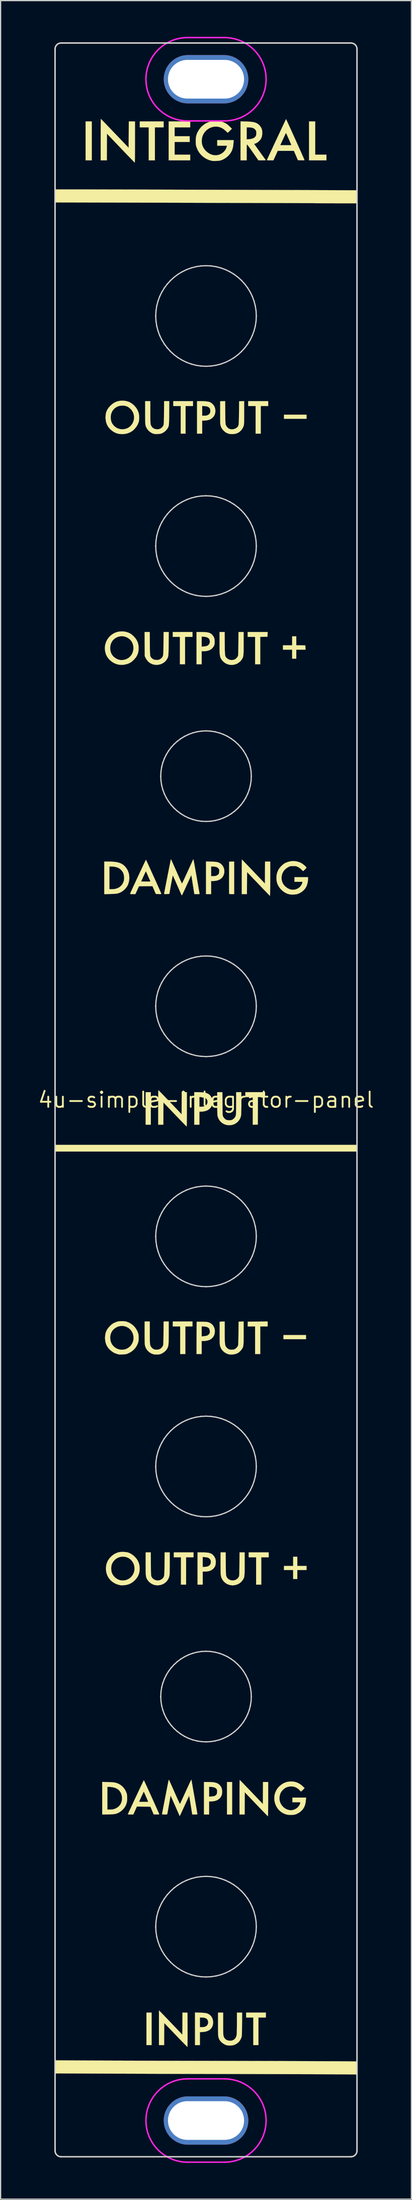
<source format=kicad_pcb>
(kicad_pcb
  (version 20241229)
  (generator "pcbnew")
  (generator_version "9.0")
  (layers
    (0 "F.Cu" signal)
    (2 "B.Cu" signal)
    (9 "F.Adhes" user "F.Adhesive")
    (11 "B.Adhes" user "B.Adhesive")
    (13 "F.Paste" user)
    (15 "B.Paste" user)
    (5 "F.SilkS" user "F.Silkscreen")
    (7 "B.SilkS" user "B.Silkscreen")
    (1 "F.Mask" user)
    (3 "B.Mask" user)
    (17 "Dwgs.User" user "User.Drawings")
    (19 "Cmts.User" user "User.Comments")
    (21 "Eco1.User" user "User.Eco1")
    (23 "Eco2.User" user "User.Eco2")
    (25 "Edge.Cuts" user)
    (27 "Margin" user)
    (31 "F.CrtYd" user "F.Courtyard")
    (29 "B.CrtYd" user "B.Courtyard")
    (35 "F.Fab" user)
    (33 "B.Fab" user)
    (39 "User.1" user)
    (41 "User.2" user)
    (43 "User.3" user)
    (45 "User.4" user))
  (footprint "4u-simple-integrator-panel"
    (layer "F.Cu")
    (at 14.008 88.01)
    (property "Reference" "4u-simple-integrator-panel" (at 0 0 0) (layer "F.SilkS") (effects (font (size 1.27 1.27) (thickness 0.15))))
    (attr through_hole)
    (fp_poly (pts (xy -9.461 -77.787) (xy -9.97 -77.787) (xy -9.97 -81.005) (xy -9.461 -81.005) (xy -9.461 -77.787)) (stroke (width 0.01) (type solid)) (fill yes) (layer "F.SilkS"))
    (fp_poly (pts (xy -4.572 2.053) (xy -4.995 2.053) (xy -4.995 -0.635) (xy -4.572 -0.635) (xy -4.572 2.053)) (stroke (width 0.01) (type solid)) (fill yes) (layer "F.SilkS"))
    (fp_poly (pts (xy -4.508 78.253) (xy -4.932 78.253) (xy -4.932 75.565) (xy -4.508 75.565) (xy -4.508 78.253)) (stroke (width 0.01) (type solid)) (fill yes) (layer "F.SilkS"))
    (fp_poly (pts (xy 2.159 59.161) (xy 1.736 59.161) (xy 1.736 56.473) (xy 2.159 56.473) (xy 2.159 59.161)) (stroke (width 0.01) (type solid)) (fill yes) (layer "F.SilkS"))
    (fp_poly (pts (xy 8.276 19.812) (xy 6.413 19.812) (xy 6.413 19.473) (xy 8.276 19.473) (xy 8.276 19.812)) (stroke (width 0.01) (type solid)) (fill yes) (layer "F.SilkS"))
    (fp_poly (pts (xy 8.319 -56.388) (xy 6.456 -56.388) (xy 6.456 -56.727) (xy 8.319 -56.727) (xy 8.319 -56.388)) (stroke (width 0.01) (type solid)) (fill yes) (layer "F.SilkS"))
    (fp_poly (pts (xy 12.509 4.276) (xy -12.488 4.276) (xy -12.488 3.725) (xy 12.509 3.725) (xy 12.509 4.276)) (stroke (width 0.01) (type solid)) (fill yes) (layer "F.SilkS"))
    (fp_poly (pts (xy 9.038 -78.253) (xy 9.97 -78.253) (xy 9.97 -77.787) (xy 8.53 -77.787) (xy 8.53 -81.005) (xy 9.038 -81.005) (xy 9.038 -78.253)) (stroke (width 0.01) (type solid)) (fill yes) (layer "F.SilkS"))
    (fp_poly (pts (xy -3.514 -80.518) (xy -4.233 -80.518) (xy -4.233 -77.787) (xy -4.741 -77.787) (xy -4.741 -80.518) (xy -5.482 -80.518) (xy -5.482 -81.005) (xy -3.514 -81.005) (xy -3.514 -80.518)) (stroke (width 0.01) (type solid)) (fill yes) (layer "F.SilkS"))
    (fp_poly (pts (xy -1.122 -38.333) (xy -1.736 -38.333) (xy -1.736 -36.068) (xy -2.159 -36.068) (xy -2.159 -38.333) (xy -2.752 -38.333) (xy -2.752 -38.735) (xy -1.122 -38.735) (xy -1.122 -38.333)) (stroke (width 0.01) (type solid)) (fill yes) (layer "F.SilkS"))
    (fp_poly (pts (xy -1.122 18.754) (xy -1.714 18.754) (xy -1.714 21.04) (xy -2.138 21.04) (xy -2.138 18.754) (xy -2.752 18.754) (xy -2.752 18.352) (xy -1.122 18.352) (xy -1.122 18.754)) (stroke (width 0.01) (type solid)) (fill yes) (layer "F.SilkS"))
    (fp_poly (pts (xy -1.079 -57.446) (xy -1.693 -57.446) (xy -1.693 -55.16) (xy -2.095 -55.16) (xy -2.095 -57.446) (xy -2.709 -57.446) (xy -2.709 -57.849) (xy -1.079 -57.849) (xy -1.079 -57.446)) (stroke (width 0.01) (type solid)) (fill yes) (layer "F.SilkS"))
    (fp_poly (pts (xy -1.037 37.867) (xy -1.651 37.867) (xy -1.651 40.132) (xy -2.074 40.132) (xy -2.074 37.867) (xy -2.667 37.867) (xy -2.667 37.465) (xy -1.037 37.465) (xy -1.037 37.867)) (stroke (width 0.01) (type solid)) (fill yes) (layer "F.SilkS"))
    (fp_poly (pts (xy 4.953 75.967) (xy 4.339 75.967) (xy 4.339 78.253) (xy 3.916 78.253) (xy 3.916 75.967) (xy 3.323 75.967) (xy 3.323 75.565) (xy 4.953 75.565) (xy 4.953 75.967)) (stroke (width 0.01) (type solid)) (fill yes) (layer "F.SilkS"))
    (fp_poly (pts (xy 5.144 -57.446) (xy 4.53 -57.446) (xy 4.53 -55.16) (xy 4.106 -55.16) (xy 4.106 -57.446) (xy 3.493 -57.446) (xy 3.493 -57.849) (xy 5.144 -57.849) (xy 5.144 -57.446)) (stroke (width 0.01) (type solid)) (fill yes) (layer "F.SilkS"))
    (fp_poly (pts (xy 5.186 37.867) (xy 4.572 37.867) (xy 4.572 40.132) (xy 4.149 40.132) (xy 4.149 37.867) (xy 3.535 37.867) (xy 3.535 37.465) (xy 5.186 37.465) (xy 5.186 37.867)) (stroke (width 0.01) (type solid)) (fill yes) (layer "F.SilkS"))
    (fp_poly (pts (xy 4.889 -0.233) (xy 4.297 -0.233) (xy 4.292 0.905) (xy 4.286 2.043) (xy 3.873 2.055) (xy 3.873 -0.233) (xy 3.26 -0.233) (xy 3.26 -0.635) (xy 4.889 -0.635) (xy 4.889 -0.233)) (stroke (width 0.01) (type solid)) (fill yes) (layer "F.SilkS"))
    (fp_poly (pts (xy 5.097 -38.539) (xy 5.091 -38.343) (xy 4.789 -38.338) (xy 4.487 -38.332) (xy 4.487 -36.068) (xy 4.064 -36.068) (xy 4.064 -38.333) (xy 3.45 -38.333) (xy 3.45 -38.735) (xy 5.103 -38.735) (xy 5.097 -38.539)) (stroke (width 0.01) (type solid)) (fill yes) (layer "F.SilkS"))
    (fp_poly (pts (xy 5.101 18.754) (xy 4.487 18.754) (xy 4.487 21.04) (xy 4.064 21.04) (xy 4.064 18.754) (xy 3.449 18.754) (xy 3.455 18.558) (xy 3.461 18.362) (xy 4.281 18.357) (xy 5.101 18.351) (xy 5.101 18.754)) (stroke (width 0.01) (type solid)) (fill yes) (layer "F.SilkS"))
    (fp_poly (pts (xy -1.312 -80.518) (xy -2.603 -80.518) (xy -2.603 -79.777) (xy -1.355 -79.777) (xy -1.355 -79.311) (xy -2.603 -79.311) (xy -2.603 -78.253) (xy -1.312 -78.253) (xy -1.312 -77.787) (xy -3.09 -77.787) (xy -3.09 -81.005) (xy -1.312 -81.005) (xy -1.312 -80.518)) (stroke (width 0.01) (type solid)) (fill yes) (layer "F.SilkS"))
    (fp_poly (pts (xy 7.556 38.587) (xy 8.319 38.587) (xy 8.319 38.925) (xy 7.556 38.925) (xy 7.556 39.666) (xy 7.218 39.666) (xy 7.218 38.925) (xy 6.456 38.925) (xy 6.456 38.587) (xy 7.218 38.587) (xy 7.218 37.825) (xy 7.556 37.825) (xy 7.556 38.587)) (stroke (width 0.01) (type solid)) (fill yes) (layer "F.SilkS"))
    (fp_poly (pts (xy 7.472 -37.635) (xy 7.848 -37.63) (xy 8.223 -37.624) (xy 8.229 -37.449) (xy 8.236 -37.275) (xy 7.472 -37.275) (xy 7.472 -36.534) (xy 7.133 -36.534) (xy 7.133 -37.275) (xy 6.371 -37.275) (xy 6.371 -37.634) (xy 7.133 -37.634) (xy 7.133 -38.375) (xy 7.472 -38.375) (xy 7.472 -37.635)) (stroke (width 0.01) (type solid)) (fill yes) (layer "F.SilkS"))
    (fp_poly (pts (xy 2.328 -17.039) (xy 2.127 -17.039) (xy 2.02 -17.041) (xy 1.952 -17.048) (xy 1.919 -17.06) (xy 1.915 -17.066) (xy 1.913 -17.091) (xy 1.912 -17.155) (xy 1.91 -17.254) (xy 1.91 -17.384) (xy 1.909 -17.542) (xy 1.909 -17.723) (xy 1.909 -17.925) (xy 1.909 -18.143) (xy 1.91 -18.374) (xy 1.91 -18.404) (xy 1.916 -19.717) (xy 2.122 -19.723) (xy 2.328 -19.729) (xy 2.328 -17.039)) (stroke (width 0.01) (type solid)) (fill yes) (layer "F.SilkS"))
    (fp_poly (pts (xy -3.773 75.507) (xy -3.736 75.545) (xy -3.673 75.61) (xy -3.586 75.699) (xy -3.48 75.809) (xy -3.357 75.937) (xy -3.22 76.08) (xy -3.072 76.234) (xy -2.917 76.397) (xy -2.805 76.514) (xy -1.958 77.401) (xy -1.947 75.563) (xy -1.741 75.57) (xy -1.535 75.576) (xy -1.529 76.988) (xy -1.528 77.266) (xy -1.528 77.518) (xy -1.529 77.743) (xy -1.53 77.939) (xy -1.532 78.103) (xy -1.534 78.234) (xy -1.537 78.329) (xy -1.54 78.385) (xy -1.543 78.401) (xy -1.561 78.386) (xy -1.605 78.343) (xy -1.674 78.275) (xy -1.764 78.184) (xy -1.874 78.072) (xy -2 77.942) (xy -2.141 77.797) (xy -2.293 77.639) (xy -2.455 77.471) (xy -2.512 77.412) (xy -3.461 76.422) (xy -3.472 78.253) (xy -3.895 78.253) (xy -3.895 75.386) (xy -3.773 75.507)) (stroke (width 0.01) (type solid)) (fill yes) (layer "F.SilkS"))
    (fp_poly (pts (xy -0.503 75.572) (xy -0.359 75.578) (xy -0.225 75.586) (xy -0.108 75.596) (xy -0.019 75.606) (xy 0.027 75.615) (xy 0.187 75.674) (xy 0.325 75.767) (xy 0.437 75.888) (xy 0.52 76.034) (xy 0.572 76.199) (xy 0.589 76.38) (xy 0.586 76.448) (xy 0.554 76.626) (xy 0.487 76.782) (xy 0.387 76.913) (xy 0.255 77.019) (xy 0.094 77.099) (xy -0.095 77.15) (xy -0.311 77.173) (xy -0.365 77.174) (xy -0.508 77.174) (xy -0.508 78.253) (xy -0.91 78.253) (xy -0.91 76.772) (xy -0.508 76.772) (xy -0.342 76.772) (xy -0.237 76.766) (xy -0.139 76.753) (xy -0.078 76.738) (xy 0.028 76.681) (xy 0.11 76.597) (xy 0.162 76.494) (xy 0.183 76.38) (xy 0.17 76.265) (xy 0.12 76.155) (xy 0.119 76.153) (xy 0.051 76.077) (xy -0.04 76.023) (xy -0.158 75.988) (xy -0.31 75.972) (xy -0.508 75.961) (xy -0.508 76.772) (xy -0.91 76.772) (xy -0.91 75.559) (xy -0.503 75.572)) (stroke (width 0.01) (type solid)) (fill yes) (layer "F.SilkS"))
    (fp_poly (pts (xy -0.46 -57.848) (xy -0.236 -57.844) (xy -0.038 -57.831) (xy 0.128 -57.811) (xy 0.259 -57.784) (xy 0.303 -57.77) (xy 0.409 -57.716) (xy 0.516 -57.633) (xy 0.611 -57.533) (xy 0.682 -57.429) (xy 0.687 -57.418) (xy 0.749 -57.25) (xy 0.774 -57.077) (xy 0.765 -56.906) (xy 0.721 -56.743) (xy 0.645 -56.597) (xy 0.544 -56.479) (xy 0.4 -56.372) (xy 0.233 -56.297) (xy 0.041 -56.254) (xy -0.164 -56.24) (xy -0.318 -56.24) (xy -0.318 -55.16) (xy -0.741 -55.16) (xy -0.741 -56.642) (xy -0.318 -56.642) (xy -0.164 -56.642) (xy -0.073 -56.645) (xy 0.014 -56.654) (xy 0.074 -56.665) (xy 0.181 -56.711) (xy 0.27 -56.78) (xy 0.329 -56.864) (xy 0.333 -56.872) (xy 0.353 -56.954) (xy 0.358 -57.054) (xy 0.347 -57.154) (xy 0.323 -57.238) (xy 0.305 -57.271) (xy 0.224 -57.347) (xy 0.109 -57.402) (xy -0.039 -57.435) (xy -0.131 -57.443) (xy -0.318 -57.452) (xy -0.318 -56.642) (xy -0.741 -56.642) (xy -0.741 -57.849) (xy -0.46 -57.848)) (stroke (width 0.01) (type solid)) (fill yes) (layer "F.SilkS"))
    (fp_poly (pts (xy -0.323 37.465) (xy -0.113 37.469) (xy 0.061 37.48) (xy 0.205 37.499) (xy 0.324 37.529) (xy 0.424 37.571) (xy 0.511 37.626) (xy 0.591 37.696) (xy 0.593 37.698) (xy 0.696 37.83) (xy 0.769 37.986) (xy 0.802 38.126) (xy 0.81 38.249) (xy 0.802 38.381) (xy 0.782 38.505) (xy 0.754 38.592) (xy 0.669 38.739) (xy 0.552 38.859) (xy 0.407 38.952) (xy 0.234 39.015) (xy 0.037 39.048) (xy -0.076 39.053) (xy -0.275 39.053) (xy -0.275 40.132) (xy -0.699 40.132) (xy -0.699 38.677) (xy -0.275 38.677) (xy -0.101 38.666) (xy -0.006 38.657) (xy 0.084 38.641) (xy 0.151 38.623) (xy 0.158 38.62) (xy 0.271 38.555) (xy 0.348 38.47) (xy 0.391 38.36) (xy 0.402 38.248) (xy 0.388 38.131) (xy 0.343 38.037) (xy 0.275 37.966) (xy 0.213 37.924) (xy 0.137 37.893) (xy 0.039 37.871) (xy -0.092 37.855) (xy -0.111 37.854) (xy -0.275 37.84) (xy -0.275 38.677) (xy -0.699 38.677) (xy -0.699 37.465) (xy -0.323 37.465)) (stroke (width 0.01) (type solid)) (fill yes) (layer "F.SilkS"))
    (fp_poly (pts (xy -0.397 -38.735) (xy -0.18 -38.731) (xy -0.001 -38.719) (xy 0.148 -38.697) (xy 0.27 -38.663) (xy 0.372 -38.617) (xy 0.458 -38.556) (xy 0.534 -38.478) (xy 0.562 -38.444) (xy 0.638 -38.327) (xy 0.687 -38.207) (xy 0.712 -38.073) (xy 0.716 -37.913) (xy 0.715 -37.899) (xy 0.709 -37.792) (xy 0.699 -37.714) (xy 0.683 -37.652) (xy 0.658 -37.593) (xy 0.65 -37.577) (xy 0.551 -37.428) (xy 0.423 -37.31) (xy 0.268 -37.225) (xy 0.084 -37.171) (xy -0.127 -37.148) (xy -0.174 -37.148) (xy -0.36 -37.148) (xy -0.36 -36.068) (xy -0.783 -36.068) (xy -0.783 -37.522) (xy -0.36 -37.522) (xy -0.182 -37.535) (xy -0.087 -37.545) (xy 0.002 -37.56) (xy 0.068 -37.578) (xy 0.077 -37.581) (xy 0.19 -37.647) (xy 0.267 -37.736) (xy 0.309 -37.848) (xy 0.318 -37.941) (xy 0.302 -38.068) (xy 0.254 -38.17) (xy 0.174 -38.248) (xy 0.059 -38.304) (xy -0.092 -38.338) (xy -0.182 -38.348) (xy -0.36 -38.36) (xy -0.36 -37.522) (xy -0.783 -37.522) (xy -0.783 -38.735) (xy -0.397 -38.735)) (stroke (width 0.01) (type solid)) (fill yes) (layer "F.SilkS"))
    (fp_poly (pts (xy -0.381 18.367) (xy -0.247 18.37) (xy -0.119 18.375) (xy -0.007 18.382) (xy 0.08 18.389) (xy 0.127 18.396) (xy 0.294 18.449) (xy 0.438 18.535) (xy 0.556 18.65) (xy 0.647 18.788) (xy 0.706 18.945) (xy 0.732 19.117) (xy 0.721 19.299) (xy 0.711 19.354) (xy 0.653 19.522) (xy 0.563 19.664) (xy 0.442 19.78) (xy 0.291 19.868) (xy 0.111 19.927) (xy -0.096 19.957) (xy -0.204 19.96) (xy -0.36 19.96) (xy -0.36 21.04) (xy -0.783 21.04) (xy -0.778 19.701) (xy -0.778 19.584) (xy -0.36 19.584) (xy -0.196 19.57) (xy -0.1 19.558) (xy -0.005 19.542) (xy 0.067 19.524) (xy 0.068 19.524) (xy 0.157 19.48) (xy 0.236 19.413) (xy 0.292 19.337) (xy 0.309 19.292) (xy 0.315 19.241) (xy 0.316 19.168) (xy 0.314 19.117) (xy 0.291 18.999) (xy 0.239 18.906) (xy 0.157 18.837) (xy 0.043 18.79) (xy -0.108 18.764) (xy -0.171 18.759) (xy -0.36 18.748) (xy -0.36 19.584) (xy -0.778 19.584) (xy -0.773 18.362) (xy -0.381 18.367)) (stroke (width 0.01) (type solid)) (fill yes) (layer "F.SilkS"))
    (fp_poly (pts (xy 0.429 -19.722) (xy 0.586 -19.716) (xy 0.708 -19.711) (xy 0.803 -19.703) (xy 0.879 -19.694) (xy 0.942 -19.681) (xy 0.999 -19.665) (xy 1.151 -19.596) (xy 1.282 -19.495) (xy 1.387 -19.367) (xy 1.463 -19.219) (xy 1.508 -19.056) (xy 1.517 -18.884) (xy 1.505 -18.783) (xy 1.454 -18.604) (xy 1.37 -18.453) (xy 1.254 -18.328) (xy 1.108 -18.233) (xy 0.932 -18.165) (xy 0.728 -18.128) (xy 0.556 -18.119) (xy 0.423 -18.119) (xy 0.423 -17.039) (xy 0 -17.039) (xy 0 -18.516) (xy 0.423 -18.516) (xy 0.619 -18.524) (xy 0.724 -18.531) (xy 0.801 -18.543) (xy 0.861 -18.562) (xy 0.908 -18.585) (xy 0.995 -18.643) (xy 1.051 -18.706) (xy 1.082 -18.787) (xy 1.096 -18.897) (xy 1.097 -18.908) (xy 1.099 -18.993) (xy 1.093 -19.051) (xy 1.078 -19.096) (xy 1.054 -19.135) (xy 0.985 -19.212) (xy 0.897 -19.267) (xy 0.782 -19.302) (xy 0.634 -19.32) (xy 0.622 -19.321) (xy 0.423 -19.331) (xy 0.423 -18.516) (xy 0 -18.516) (xy 0 -19.734) (xy 0.429 -19.722)) (stroke (width 0.01) (type solid)) (fill yes) (layer "F.SilkS"))
    (fp_poly (pts (xy 2.81 56.323) (xy 2.855 56.367) (xy 2.923 56.437) (xy 3.014 56.53) (xy 3.123 56.643) (xy 3.249 56.774) (xy 3.39 56.92) (xy 3.542 57.078) (xy 3.704 57.247) (xy 3.761 57.307) (xy 4.71 58.301) (xy 4.715 57.387) (xy 4.721 56.473) (xy 5.144 56.473) (xy 5.144 57.891) (xy 5.143 58.132) (xy 5.143 58.359) (xy 5.141 58.571) (xy 5.14 58.763) (xy 5.138 58.931) (xy 5.136 59.073) (xy 5.134 59.185) (xy 5.131 59.263) (xy 5.128 59.304) (xy 5.127 59.309) (xy 5.11 59.294) (xy 5.066 59.251) (xy 4.998 59.183) (xy 4.908 59.091) (xy 4.799 58.979) (xy 4.673 58.849) (xy 4.532 58.704) (xy 4.38 58.546) (xy 4.219 58.377) (xy 4.159 58.314) (xy 3.207 57.32) (xy 3.201 58.24) (xy 3.196 59.161) (xy 2.773 59.161) (xy 2.773 57.73) (xy 2.773 57.446) (xy 2.774 57.189) (xy 2.775 56.961) (xy 2.777 56.763) (xy 2.78 56.599) (xy 2.782 56.469) (xy 2.786 56.376) (xy 2.789 56.321) (xy 2.793 56.307) (xy 2.81 56.323)) (stroke (width 0.01) (type solid)) (fill yes) (layer "F.SilkS"))
    (fp_poly (pts (xy -3.922 -0.785) (xy -3.878 -0.74) (xy -3.809 -0.671) (xy -3.719 -0.578) (xy -3.61 -0.465) (xy -3.483 -0.334) (xy -3.343 -0.188) (xy -3.191 -0.03) (xy -3.029 0.139) (xy -2.971 0.2) (xy -2.021 1.193) (xy -2.016 0.279) (xy -2.01 -0.635) (xy -1.587 -0.635) (xy -1.587 0.783) (xy -1.588 1.024) (xy -1.588 1.252) (xy -1.59 1.463) (xy -1.591 1.655) (xy -1.593 1.824) (xy -1.595 1.965) (xy -1.598 2.077) (xy -1.6 2.155) (xy -1.603 2.196) (xy -1.605 2.201) (xy -1.622 2.186) (xy -1.666 2.143) (xy -1.734 2.075) (xy -1.824 1.983) (xy -1.934 1.871) (xy -2.06 1.741) (xy -2.2 1.596) (xy -2.352 1.438) (xy -2.514 1.27) (xy -2.573 1.208) (xy -3.524 0.214) (xy -3.53 1.134) (xy -3.535 2.053) (xy -3.958 2.053) (xy -3.958 0.623) (xy -3.958 0.363) (xy -3.957 0.123) (xy -3.956 -0.096) (xy -3.954 -0.291) (xy -3.952 -0.459) (xy -3.95 -0.596) (xy -3.947 -0.701) (xy -3.944 -0.77) (xy -3.94 -0.8) (xy -3.939 -0.801) (xy -3.922 -0.785)) (stroke (width 0.01) (type solid)) (fill yes) (layer "F.SilkS"))
    (fp_poly (pts (xy 0.069 56.473) (xy 0.298 56.476) (xy 0.49 56.486) (xy 0.65 56.504) (xy 0.784 56.531) (xy 0.896 56.567) (xy 0.991 56.615) (xy 1.075 56.675) (xy 1.099 56.696) (xy 1.204 56.811) (xy 1.277 56.94) (xy 1.32 57.09) (xy 1.336 57.267) (xy 1.336 57.297) (xy 1.319 57.474) (xy 1.27 57.628) (xy 1.185 57.764) (xy 1.155 57.801) (xy 1.021 57.917) (xy 0.86 58.003) (xy 0.671 58.057) (xy 0.455 58.08) (xy 0.407 58.081) (xy 0.254 58.081) (xy 0.254 59.161) (xy -0.169 59.161) (xy -0.169 57.684) (xy 0.254 57.684) (xy 0.45 57.675) (xy 0.566 57.666) (xy 0.651 57.651) (xy 0.718 57.628) (xy 0.734 57.62) (xy 0.822 57.562) (xy 0.88 57.493) (xy 0.911 57.403) (xy 0.921 57.283) (xy 0.921 57.277) (xy 0.918 57.187) (xy 0.909 57.125) (xy 0.89 57.078) (xy 0.873 57.051) (xy 0.793 56.973) (xy 0.679 56.918) (xy 0.532 56.886) (xy 0.44 56.879) (xy 0.254 56.87) (xy 0.254 57.684) (xy -0.169 57.684) (xy -0.169 56.473) (xy 0.069 56.473)) (stroke (width 0.01) (type solid)) (fill yes) (layer "F.SilkS"))
    (fp_poly (pts (xy 2.987 -19.882) (xy 3.029 -19.839) (xy 3.096 -19.77) (xy 3.184 -19.679) (xy 3.292 -19.567) (xy 3.417 -19.437) (xy 3.556 -19.291) (xy 3.708 -19.133) (xy 3.869 -18.965) (xy 3.929 -18.901) (xy 4.879 -17.906) (xy 4.884 -18.817) (xy 4.89 -19.727) (xy 5.313 -19.727) (xy 5.313 -18.309) (xy 5.313 -18.068) (xy 5.312 -17.841) (xy 5.311 -17.629) (xy 5.309 -17.438) (xy 5.308 -17.269) (xy 5.306 -17.127) (xy 5.303 -17.016) (xy 5.301 -16.938) (xy 5.298 -16.898) (xy 5.297 -16.892) (xy 5.28 -16.907) (xy 5.236 -16.95) (xy 5.168 -17.019) (xy 5.079 -17.111) (xy 4.97 -17.223) (xy 4.844 -17.353) (xy 4.704 -17.498) (xy 4.553 -17.656) (xy 4.392 -17.824) (xy 4.339 -17.879) (xy 3.397 -18.865) (xy 3.392 -17.952) (xy 3.386 -17.039) (xy 2.963 -17.039) (xy 2.963 -18.468) (xy 2.963 -18.71) (xy 2.964 -18.938) (xy 2.964 -19.151) (xy 2.965 -19.344) (xy 2.966 -19.513) (xy 2.967 -19.656) (xy 2.968 -19.769) (xy 2.969 -19.848) (xy 2.971 -19.89) (xy 2.971 -19.897) (xy 2.987 -19.882)) (stroke (width 0.01) (type solid)) (fill yes) (layer "F.SilkS"))
    (fp_poly (pts (xy -0.429 -0.63) (xy -0.224 -0.614) (xy -0.052 -0.584) (xy 0.091 -0.541) (xy 0.21 -0.481) (xy 0.307 -0.403) (xy 0.388 -0.305) (xy 0.456 -0.187) (xy 0.463 -0.172) (xy 0.489 -0.112) (xy 0.505 -0.056) (xy 0.514 0.008) (xy 0.518 0.092) (xy 0.519 0.169) (xy 0.517 0.275) (xy 0.512 0.352) (xy 0.501 0.412) (xy 0.482 0.467) (xy 0.463 0.511) (xy 0.372 0.657) (xy 0.249 0.777) (xy 0.096 0.869) (xy -0.085 0.933) (xy -0.29 0.967) (xy -0.429 0.974) (xy -0.55 0.974) (xy -0.55 2.053) (xy -0.974 2.053) (xy -0.974 0.572) (xy -0.55 0.572) (xy -0.406 0.572) (xy -0.311 0.566) (xy -0.215 0.553) (xy -0.154 0.54) (xy -0.045 0.488) (xy 0.039 0.412) (xy 0.095 0.318) (xy 0.124 0.214) (xy 0.123 0.106) (xy 0.094 0.003) (xy 0.034 -0.088) (xy -0.057 -0.16) (xy -0.08 -0.172) (xy -0.158 -0.202) (xy -0.251 -0.22) (xy -0.365 -0.229) (xy -0.55 -0.238) (xy -0.55 0.572) (xy -0.974 0.572) (xy -0.974 -0.635) (xy -0.671 -0.635) (xy -0.429 -0.63)) (stroke (width 0.01) (type solid)) (fill yes) (layer "F.SilkS"))
    (fp_poly (pts (xy -8.687 -81.197) (xy -8.643 -81.153) (xy -8.574 -81.082) (xy -8.483 -80.988) (xy -8.372 -80.873) (xy -8.243 -80.739) (xy -8.098 -80.588) (xy -7.94 -80.423) (xy -7.77 -80.247) (xy -7.592 -80.06) (xy -7.545 -80.011) (xy -6.403 -78.817) (xy -6.392 -81.005) (xy -5.884 -81.005) (xy -5.884 -79.301) (xy -5.885 -79.037) (xy -5.885 -78.785) (xy -5.886 -78.549) (xy -5.887 -78.331) (xy -5.889 -78.136) (xy -5.89 -77.967) (xy -5.892 -77.825) (xy -5.894 -77.715) (xy -5.897 -77.64) (xy -5.899 -77.602) (xy -5.9 -77.599) (xy -5.917 -77.614) (xy -5.961 -77.657) (xy -6.029 -77.727) (xy -6.12 -77.82) (xy -6.231 -77.935) (xy -6.36 -78.068) (xy -6.505 -78.218) (xy -6.663 -78.383) (xy -6.832 -78.56) (xy -7.011 -78.746) (xy -7.059 -78.797) (xy -8.202 -79.993) (xy -8.208 -78.89) (xy -8.213 -77.787) (xy -8.721 -77.787) (xy -8.721 -79.504) (xy -8.72 -79.769) (xy -8.72 -80.022) (xy -8.719 -80.258) (xy -8.718 -80.476) (xy -8.716 -80.672) (xy -8.714 -80.842) (xy -8.712 -80.984) (xy -8.71 -81.095) (xy -8.708 -81.171) (xy -8.705 -81.209) (xy -8.704 -81.213) (xy -8.687 -81.197)) (stroke (width 0.01) (type solid)) (fill yes) (layer "F.SilkS"))
    (fp_poly (pts (xy -7.818 -19.722) (xy -7.588 -19.707) (xy -7.389 -19.679) (xy -7.216 -19.637) (xy -7.065 -19.581) (xy -6.93 -19.508) (xy -6.807 -19.416) (xy -6.718 -19.335) (xy -6.581 -19.169) (xy -6.475 -18.979) (xy -6.401 -18.771) (xy -6.359 -18.551) (xy -6.351 -18.325) (xy -6.378 -18.098) (xy -6.439 -17.877) (xy -6.488 -17.762) (xy -6.571 -17.623) (xy -6.685 -17.483) (xy -6.819 -17.355) (xy -6.963 -17.248) (xy -7.04 -17.203) (xy -7.128 -17.16) (xy -7.211 -17.126) (xy -7.296 -17.1) (xy -7.39 -17.08) (xy -7.501 -17.066) (xy -7.634 -17.056) (xy -7.798 -17.049) (xy -7.943 -17.045) (xy -8.424 -17.034) (xy -8.424 -19.325) (xy -8.001 -19.325) (xy -8.001 -17.441) (xy -7.825 -17.441) (xy -7.722 -17.444) (xy -7.616 -17.452) (xy -7.528 -17.464) (xy -7.523 -17.464) (xy -7.336 -17.52) (xy -7.168 -17.61) (xy -7.025 -17.732) (xy -6.911 -17.881) (xy -6.829 -18.055) (xy -6.806 -18.13) (xy -6.777 -18.318) (xy -6.783 -18.513) (xy -6.824 -18.703) (xy -6.881 -18.842) (xy -6.955 -18.954) (xy -7.056 -19.064) (xy -7.17 -19.156) (xy -7.246 -19.202) (xy -7.389 -19.258) (xy -7.559 -19.299) (xy -7.741 -19.322) (xy -7.844 -19.325) (xy -8.001 -19.325) (xy -8.424 -19.325) (xy -8.424 -19.727) (xy -8.085 -19.727) (xy -7.818 -19.722)) (stroke (width 0.01) (type solid)) (fill yes) (layer "F.SilkS"))
    (fp_poly (pts (xy -8.133 56.48) (xy -7.969 56.486) (xy -7.817 56.495) (xy -7.686 56.505) (xy -7.583 56.516) (xy -7.525 56.525) (xy -7.313 56.591) (xy -7.117 56.694) (xy -6.942 56.828) (xy -6.792 56.99) (xy -6.671 57.176) (xy -6.584 57.381) (xy -6.559 57.468) (xy -6.547 57.539) (xy -6.537 57.637) (xy -6.532 57.748) (xy -6.531 57.817) (xy -6.535 57.982) (xy -6.552 58.12) (xy -6.584 58.248) (xy -6.634 58.378) (xy -6.661 58.439) (xy -6.745 58.58) (xy -6.86 58.721) (xy -6.994 58.85) (xy -7.137 58.956) (xy -7.209 58.997) (xy -7.296 59.04) (xy -7.376 59.074) (xy -7.455 59.1) (xy -7.541 59.12) (xy -7.641 59.134) (xy -7.761 59.143) (xy -7.909 59.15) (xy -8.093 59.155) (xy -8.102 59.155) (xy -8.594 59.166) (xy -8.594 58.759) (xy -8.17 58.759) (xy -7.981 58.759) (xy -7.878 58.756) (xy -7.777 58.748) (xy -7.694 58.738) (xy -7.679 58.735) (xy -7.508 58.68) (xy -7.348 58.592) (xy -7.209 58.478) (xy -7.097 58.344) (xy -7.044 58.251) (xy -6.979 58.069) (xy -6.951 57.881) (xy -6.958 57.692) (xy -6.998 57.509) (xy -7.07 57.339) (xy -7.173 57.189) (xy -7.253 57.108) (xy -7.378 57.022) (xy -7.535 56.954) (xy -7.717 56.906) (xy -7.916 56.88) (xy -8.027 56.876) (xy -8.17 56.875) (xy -8.17 58.759) (xy -8.594 58.759) (xy -8.594 56.466) (xy -8.133 56.48)) (stroke (width 0.01) (type solid)) (fill yes) (layer "F.SilkS"))
    (fp_poly (pts (xy -4.652 -37.777) (xy -4.651 -37.54) (xy -4.649 -37.341) (xy -4.647 -37.177) (xy -4.643 -37.043) (xy -4.638 -36.935) (xy -4.631 -36.85) (xy -4.621 -36.784) (xy -4.608 -36.732) (xy -4.591 -36.691) (xy -4.57 -36.656) (xy -4.545 -36.625) (xy -4.514 -36.592) (xy -4.502 -36.579) (xy -4.412 -36.5) (xy -4.316 -36.45) (xy -4.202 -36.424) (xy -4.096 -36.418) (xy -4.004 -36.42) (xy -3.937 -36.428) (xy -3.881 -36.446) (xy -3.817 -36.478) (xy -3.815 -36.479) (xy -3.743 -36.526) (xy -3.677 -36.581) (xy -3.648 -36.613) (xy -3.621 -36.651) (xy -3.598 -36.687) (xy -3.579 -36.727) (xy -3.563 -36.773) (xy -3.551 -36.831) (xy -3.541 -36.904) (xy -3.534 -36.996) (xy -3.529 -37.111) (xy -3.525 -37.253) (xy -3.522 -37.427) (xy -3.52 -37.636) (xy -3.519 -37.809) (xy -3.511 -38.735) (xy -3.088 -38.735) (xy -3.096 -37.777) (xy -3.098 -37.539) (xy -3.1 -37.339) (xy -3.103 -37.172) (xy -3.107 -37.036) (xy -3.112 -36.925) (xy -3.119 -36.836) (xy -3.128 -36.764) (xy -3.139 -36.705) (xy -3.153 -36.655) (xy -3.17 -36.61) (xy -3.191 -36.565) (xy -3.206 -36.534) (xy -3.309 -36.378) (xy -3.443 -36.245) (xy -3.601 -36.14) (xy -3.778 -36.065) (xy -3.967 -36.023) (xy -4.163 -36.016) (xy -4.251 -36.026) (xy -4.451 -36.076) (xy -4.629 -36.162) (xy -4.783 -36.283) (xy -4.912 -36.437) (xy -4.989 -36.571) (xy -5.069 -36.732) (xy -5.076 -37.734) (xy -5.082 -38.735) (xy -4.659 -38.735) (xy -4.652 -37.777)) (stroke (width 0.01) (type solid)) (fill yes) (layer "F.SilkS"))
    (fp_poly (pts (xy -4.614 -56.95) (xy -4.614 -56.705) (xy -4.612 -56.489) (xy -4.609 -56.306) (xy -4.605 -56.156) (xy -4.601 -56.043) (xy -4.595 -55.968) (xy -4.591 -55.944) (xy -4.541 -55.801) (xy -4.459 -55.683) (xy -4.349 -55.594) (xy -4.215 -55.538) (xy -4.061 -55.517) (xy -4.051 -55.516) (xy -3.909 -55.528) (xy -3.792 -55.565) (xy -3.692 -55.632) (xy -3.634 -55.689) (xy -3.601 -55.727) (xy -3.572 -55.762) (xy -3.549 -55.797) (xy -3.53 -55.838) (xy -3.516 -55.887) (xy -3.504 -55.949) (xy -3.496 -56.028) (xy -3.489 -56.128) (xy -3.485 -56.253) (xy -3.482 -56.407) (xy -3.479 -56.594) (xy -3.477 -56.818) (xy -3.477 -56.901) (xy -3.469 -57.849) (xy -3.046 -57.849) (xy -3.053 -56.87) (xy -3.055 -56.627) (xy -3.057 -56.423) (xy -3.06 -56.253) (xy -3.063 -56.113) (xy -3.069 -55.999) (xy -3.077 -55.906) (xy -3.087 -55.831) (xy -3.101 -55.769) (xy -3.119 -55.716) (xy -3.141 -55.669) (xy -3.168 -55.622) (xy -3.2 -55.572) (xy -3.221 -55.541) (xy -3.333 -55.407) (xy -3.473 -55.29) (xy -3.631 -55.199) (xy -3.678 -55.179) (xy -3.771 -55.154) (xy -3.891 -55.135) (xy -4.022 -55.125) (xy -4.151 -55.123) (xy -4.261 -55.132) (xy -4.303 -55.14) (xy -4.482 -55.206) (xy -4.644 -55.306) (xy -4.785 -55.436) (xy -4.9 -55.59) (xy -4.982 -55.761) (xy -5.014 -55.876) (xy -5.021 -55.93) (xy -5.026 -56.026) (xy -5.031 -56.162) (xy -5.034 -56.335) (xy -5.036 -56.546) (xy -5.038 -56.793) (xy -5.038 -56.918) (xy -5.038 -57.849) (xy -4.614 -57.849) (xy -4.614 -56.95)) (stroke (width 0.01) (type solid)) (fill yes) (layer "F.SilkS"))
    (fp_poly (pts (xy -4.568 38.423) (xy -4.566 38.651) (xy -4.564 38.842) (xy -4.562 38.998) (xy -4.56 39.123) (xy -4.557 39.222) (xy -4.553 39.298) (xy -4.549 39.355) (xy -4.543 39.398) (xy -4.536 39.43) (xy -4.528 39.455) (xy -4.523 39.465) (xy -4.447 39.588) (xy -4.344 39.683) (xy -4.223 39.749) (xy -4.09 39.786) (xy -3.952 39.791) (xy -3.816 39.764) (xy -3.69 39.702) (xy -3.609 39.636) (xy -3.572 39.598) (xy -3.54 39.562) (xy -3.514 39.525) (xy -3.493 39.482) (xy -3.477 39.429) (xy -3.464 39.363) (xy -3.454 39.279) (xy -3.447 39.174) (xy -3.442 39.043) (xy -3.439 38.882) (xy -3.436 38.688) (xy -3.434 38.457) (xy -3.434 38.402) (xy -3.426 37.465) (xy -3.006 37.465) (xy -3.006 38.349) (xy -3.006 38.547) (xy -3.008 38.737) (xy -3.01 38.911) (xy -3.013 39.066) (xy -3.017 39.196) (xy -3.021 39.295) (xy -3.026 39.358) (xy -3.027 39.37) (xy -3.077 39.56) (xy -3.162 39.731) (xy -3.276 39.879) (xy -3.417 40.002) (xy -3.58 40.096) (xy -3.76 40.159) (xy -3.954 40.189) (xy -4.156 40.181) (xy -4.223 40.171) (xy -4.383 40.121) (xy -4.54 40.039) (xy -4.683 39.931) (xy -4.803 39.804) (xy -4.882 39.682) (xy -4.908 39.63) (xy -4.929 39.582) (xy -4.947 39.533) (xy -4.961 39.479) (xy -4.972 39.416) (xy -4.98 39.34) (xy -4.986 39.246) (xy -4.99 39.13) (xy -4.993 38.987) (xy -4.994 38.815) (xy -4.995 38.607) (xy -4.995 38.412) (xy -4.995 37.465) (xy -4.574 37.465) (xy -4.568 38.423)) (stroke (width 0.01) (type solid)) (fill yes) (layer "F.SilkS"))
    (fp_poly (pts (xy 1.635 38.402) (xy 1.637 38.628) (xy 1.639 38.816) (xy 1.641 38.97) (xy 1.644 39.093) (xy 1.647 39.191) (xy 1.651 39.267) (xy 1.656 39.325) (xy 1.662 39.37) (xy 1.669 39.404) (xy 1.678 39.433) (xy 1.682 39.443) (xy 1.749 39.568) (xy 1.842 39.666) (xy 1.955 39.736) (xy 2.079 39.777) (xy 2.211 39.79) (xy 2.342 39.775) (xy 2.467 39.731) (xy 2.58 39.658) (xy 2.673 39.556) (xy 2.724 39.465) (xy 2.733 39.442) (xy 2.741 39.414) (xy 2.747 39.376) (xy 2.752 39.326) (xy 2.756 39.259) (xy 2.76 39.171) (xy 2.762 39.059) (xy 2.764 38.917) (xy 2.766 38.743) (xy 2.768 38.533) (xy 2.769 38.423) (xy 2.775 37.465) (xy 3.196 37.465) (xy 3.196 38.415) (xy 3.196 38.66) (xy 3.195 38.866) (xy 3.193 39.038) (xy 3.189 39.181) (xy 3.183 39.298) (xy 3.175 39.393) (xy 3.163 39.472) (xy 3.147 39.537) (xy 3.127 39.594) (xy 3.102 39.647) (xy 3.071 39.699) (xy 3.035 39.755) (xy 3.028 39.765) (xy 2.905 39.912) (xy 2.756 40.03) (xy 2.585 40.117) (xy 2.399 40.172) (xy 2.205 40.191) (xy 2.007 40.172) (xy 1.977 40.165) (xy 1.788 40.102) (xy 1.619 40.004) (xy 1.474 39.876) (xy 1.358 39.722) (xy 1.274 39.547) (xy 1.228 39.37) (xy 1.224 39.318) (xy 1.219 39.229) (xy 1.215 39.109) (xy 1.212 38.961) (xy 1.209 38.792) (xy 1.208 38.607) (xy 1.207 38.41) (xy 1.207 38.349) (xy 1.206 37.465) (xy 1.627 37.465) (xy 1.635 38.402)) (stroke (width 0.01) (type solid)) (fill yes) (layer "F.SilkS"))
    (fp_poly (pts (xy 1.359 0.323) (xy 1.361 0.55) (xy 1.362 0.738) (xy 1.364 0.892) (xy 1.366 1.016) (xy 1.369 1.114) (xy 1.372 1.189) (xy 1.377 1.246) (xy 1.382 1.289) (xy 1.389 1.322) (xy 1.398 1.348) (xy 1.408 1.372) (xy 1.409 1.376) (xy 1.484 1.495) (xy 1.584 1.593) (xy 1.682 1.654) (xy 1.771 1.68) (xy 1.884 1.692) (xy 2.001 1.689) (xy 2.108 1.672) (xy 2.121 1.668) (xy 2.219 1.621) (xy 2.314 1.543) (xy 2.395 1.446) (xy 2.437 1.371) (xy 2.449 1.344) (xy 2.458 1.318) (xy 2.467 1.288) (xy 2.473 1.252) (xy 2.478 1.204) (xy 2.482 1.14) (xy 2.485 1.057) (xy 2.488 0.95) (xy 2.49 0.816) (xy 2.491 0.65) (xy 2.493 0.448) (xy 2.494 0.312) (xy 2.5 -0.635) (xy 2.921 -0.635) (xy 2.921 0.271) (xy 2.92 0.51) (xy 2.919 0.724) (xy 2.916 0.91) (xy 2.912 1.064) (xy 2.908 1.185) (xy 2.902 1.268) (xy 2.898 1.303) (xy 2.843 1.491) (xy 2.752 1.662) (xy 2.629 1.811) (xy 2.479 1.933) (xy 2.307 2.024) (xy 2.19 2.063) (xy 2.046 2.087) (xy 1.886 2.092) (xy 1.731 2.078) (xy 1.653 2.062) (xy 1.464 1.99) (xy 1.298 1.884) (xy 1.159 1.748) (xy 1.049 1.584) (xy 0.973 1.396) (xy 0.963 1.361) (xy 0.955 1.324) (xy 0.948 1.275) (xy 0.943 1.211) (xy 0.939 1.128) (xy 0.936 1.022) (xy 0.934 0.889) (xy 0.932 0.726) (xy 0.932 0.527) (xy 0.931 0.302) (xy 0.931 -0.635) (xy 1.353 -0.635) (xy 1.359 0.323)) (stroke (width 0.01) (type solid)) (fill yes) (layer "F.SilkS"))
    (fp_poly (pts (xy 1.418 76.479) (xy 1.418 76.707) (xy 1.419 76.897) (xy 1.42 77.053) (xy 1.422 77.179) (xy 1.425 77.279) (xy 1.429 77.357) (xy 1.435 77.418) (xy 1.441 77.465) (xy 1.449 77.503) (xy 1.452 77.514) (xy 1.511 77.652) (xy 1.599 77.761) (xy 1.715 77.839) (xy 1.855 77.884) (xy 1.986 77.896) (xy 2.114 77.887) (xy 2.218 77.858) (xy 2.311 77.804) (xy 2.358 77.766) (xy 2.441 77.673) (xy 2.499 77.562) (xy 2.536 77.422) (xy 2.539 77.404) (xy 2.544 77.351) (xy 2.549 77.26) (xy 2.553 77.138) (xy 2.556 76.988) (xy 2.559 76.815) (xy 2.56 76.626) (xy 2.561 76.423) (xy 2.561 76.417) (xy 2.561 75.565) (xy 2.987 75.565) (xy 2.98 76.533) (xy 2.978 76.763) (xy 2.976 76.954) (xy 2.974 77.111) (xy 2.972 77.237) (xy 2.969 77.338) (xy 2.965 77.418) (xy 2.96 77.479) (xy 2.954 77.528) (xy 2.947 77.566) (xy 2.939 77.6) (xy 2.929 77.629) (xy 2.845 77.814) (xy 2.729 77.975) (xy 2.584 78.106) (xy 2.414 78.206) (xy 2.254 78.263) (xy 2.118 78.286) (xy 1.963 78.293) (xy 1.81 78.283) (xy 1.693 78.262) (xy 1.546 78.204) (xy 1.4 78.115) (xy 1.267 78.004) (xy 1.157 77.878) (xy 1.1 77.785) (xy 1.076 77.737) (xy 1.056 77.69) (xy 1.04 77.639) (xy 1.027 77.582) (xy 1.016 77.514) (xy 1.008 77.43) (xy 1.003 77.327) (xy 0.999 77.199) (xy 0.997 77.044) (xy 0.995 76.857) (xy 0.995 76.634) (xy 0.995 76.513) (xy 0.995 75.565) (xy 1.418 75.565) (xy 1.418 76.479)) (stroke (width 0.01) (type solid)) (fill yes) (layer "F.SilkS"))
    (fp_poly (pts (xy -4.657 19.25) (xy -4.656 19.495) (xy -4.654 19.711) (xy -4.652 19.894) (xy -4.648 20.044) (xy -4.643 20.157) (xy -4.637 20.232) (xy -4.634 20.256) (xy -4.583 20.397) (xy -4.499 20.518) (xy -4.387 20.611) (xy -4.36 20.626) (xy -4.285 20.662) (xy -4.217 20.681) (xy -4.136 20.688) (xy -4.095 20.689) (xy -3.935 20.671) (xy -3.797 20.618) (xy -3.683 20.531) (xy -3.595 20.41) (xy -3.561 20.336) (xy -3.552 20.31) (xy -3.545 20.277) (xy -3.539 20.233) (xy -3.534 20.173) (xy -3.53 20.095) (xy -3.527 19.993) (xy -3.524 19.865) (xy -3.522 19.706) (xy -3.52 19.513) (xy -3.518 19.299) (xy -3.511 18.352) (xy -3.09 18.352) (xy -3.091 19.267) (xy -3.091 19.512) (xy -3.092 19.719) (xy -3.095 19.891) (xy -3.098 20.035) (xy -3.104 20.152) (xy -3.112 20.249) (xy -3.123 20.328) (xy -3.137 20.395) (xy -3.154 20.453) (xy -3.175 20.507) (xy -3.2 20.561) (xy -3.207 20.575) (xy -3.299 20.715) (xy -3.425 20.842) (xy -3.575 20.949) (xy -3.656 20.993) (xy -3.732 21.028) (xy -3.793 21.051) (xy -3.853 21.064) (xy -3.924 21.072) (xy -4.021 21.076) (xy -4.053 21.076) (xy -4.176 21.077) (xy -4.269 21.072) (xy -4.345 21.06) (xy -4.408 21.042) (xy -4.589 20.961) (xy -4.748 20.847) (xy -4.881 20.705) (xy -4.982 20.54) (xy -5.049 20.357) (xy -5.056 20.324) (xy -5.063 20.27) (xy -5.069 20.174) (xy -5.073 20.038) (xy -5.076 19.865) (xy -5.079 19.654) (xy -5.08 19.407) (xy -5.08 19.282) (xy -5.08 18.352) (xy -4.657 18.352) (xy -4.657 19.25)) (stroke (width 0.01) (type solid)) (fill yes) (layer "F.SilkS"))
    (fp_poly (pts (xy -10.525 -75.374) (xy -10.329 -75.374) (xy -10.092 -75.374) (xy -9.816 -75.374) (xy -9.503 -75.373) (xy -9.154 -75.373) (xy -8.772 -75.372) (xy -8.359 -75.371) (xy -7.915 -75.37) (xy -7.442 -75.369) (xy -6.943 -75.368) (xy -6.42 -75.366) (xy -5.873 -75.365) (xy -5.304 -75.363) (xy -4.716 -75.362) (xy -4.11 -75.36) (xy -3.488 -75.359) (xy -2.852 -75.357) (xy -2.203 -75.355) (xy -1.543 -75.353) (xy -0.873 -75.351) (xy -0.197 -75.349) (xy 0.485 -75.347) (xy 1.172 -75.345) (xy 1.86 -75.343) (xy 2.549 -75.341) (xy 3.237 -75.338) (xy 3.921 -75.336) (xy 4.601 -75.334) (xy 5.274 -75.332) (xy 5.939 -75.329) (xy 6.594 -75.327) (xy 7.237 -75.325) (xy 7.867 -75.323) (xy 8.481 -75.321) (xy 8.673 -75.32) (xy 12.509 -75.306) (xy 12.509 -74.231) (xy 10.714 -74.231) (xy 10.442 -74.232) (xy 10.182 -74.232) (xy 9.938 -74.232) (xy 9.713 -74.233) (xy 9.508 -74.234) (xy 9.329 -74.234) (xy 9.177 -74.235) (xy 9.057 -74.236) (xy 8.97 -74.237) (xy 8.92 -74.238) (xy 8.909 -74.239) (xy 8.888 -74.24) (xy 8.825 -74.24) (xy 8.723 -74.241) (xy 8.582 -74.242) (xy 8.404 -74.243) (xy 8.189 -74.244) (xy 7.94 -74.245) (xy 7.658 -74.246) (xy 7.343 -74.247) (xy 6.998 -74.249) (xy 6.622 -74.25) (xy 6.218 -74.251) (xy 5.787 -74.253) (xy 5.33 -74.254) (xy 4.848 -74.256) (xy 4.343 -74.257) (xy 3.816 -74.259) (xy 3.268 -74.261) (xy 2.7 -74.262) (xy 2.114 -74.264) (xy 1.511 -74.266) (xy 0.892 -74.267) (xy 0.259 -74.269) (xy -0.388 -74.271) (xy -1.047 -74.273) (xy -1.717 -74.274) (xy -1.794 -74.275) (xy -12.488 -74.302) (xy -12.488 -75.374) (xy -10.525 -75.374)) (stroke (width 0.01) (type solid)) (fill yes) (layer "F.SilkS"))
    (fp_poly (pts (xy 1.55 -37.798) (xy 1.552 -37.558) (xy 1.554 -37.357) (xy 1.557 -37.19) (xy 1.562 -37.053) (xy 1.568 -36.942) (xy 1.577 -36.854) (xy 1.59 -36.784) (xy 1.605 -36.729) (xy 1.625 -36.684) (xy 1.65 -36.646) (xy 1.681 -36.61) (xy 1.717 -36.572) (xy 1.727 -36.563) (xy 1.836 -36.482) (xy 1.966 -36.431) (xy 2.108 -36.41) (xy 2.251 -36.422) (xy 2.385 -36.467) (xy 2.39 -36.469) (xy 2.473 -36.527) (xy 2.554 -36.608) (xy 2.619 -36.699) (xy 2.65 -36.765) (xy 2.657 -36.802) (xy 2.664 -36.869) (xy 2.669 -36.969) (xy 2.673 -37.104) (xy 2.677 -37.275) (xy 2.68 -37.483) (xy 2.682 -37.732) (xy 2.683 -37.788) (xy 2.69 -38.735) (xy 3.111 -38.735) (xy 3.111 -37.798) (xy 3.111 -37.556) (xy 3.11 -37.353) (xy 3.109 -37.183) (xy 3.105 -37.043) (xy 3.1 -36.929) (xy 3.093 -36.836) (xy 3.083 -36.76) (xy 3.07 -36.697) (xy 3.054 -36.643) (xy 3.034 -36.593) (xy 3.009 -36.543) (xy 2.991 -36.509) (xy 2.918 -36.403) (xy 2.817 -36.296) (xy 2.702 -36.199) (xy 2.584 -36.124) (xy 2.557 -36.11) (xy 2.46 -36.073) (xy 2.35 -36.041) (xy 2.275 -36.027) (xy 2.194 -36.015) (xy 2.136 -36.01) (xy 2.085 -36.01) (xy 2.025 -36.016) (xy 1.941 -36.027) (xy 1.937 -36.028) (xy 1.771 -36.072) (xy 1.609 -36.15) (xy 1.461 -36.257) (xy 1.335 -36.386) (xy 1.251 -36.511) (xy 1.222 -36.568) (xy 1.198 -36.623) (xy 1.178 -36.68) (xy 1.162 -36.744) (xy 1.149 -36.819) (xy 1.139 -36.909) (xy 1.132 -37.018) (xy 1.127 -37.151) (xy 1.124 -37.312) (xy 1.123 -37.505) (xy 1.122 -37.735) (xy 1.122 -37.83) (xy 1.122 -38.735) (xy 1.543 -38.735) (xy 1.55 -37.798)) (stroke (width 0.01) (type solid)) (fill yes) (layer "F.SilkS"))
    (fp_poly (pts (xy 3.154 -56.888) (xy 3.154 -56.659) (xy 3.153 -56.468) (xy 3.152 -56.311) (xy 3.151 -56.183) (xy 3.148 -56.082) (xy 3.145 -56.002) (xy 3.141 -55.94) (xy 3.135 -55.892) (xy 3.128 -55.852) (xy 3.12 -55.818) (xy 3.114 -55.798) (xy 3.034 -55.611) (xy 2.92 -55.448) (xy 2.773 -55.31) (xy 2.667 -55.239) (xy 2.526 -55.177) (xy 2.361 -55.136) (xy 2.185 -55.119) (xy 2.012 -55.127) (xy 1.889 -55.151) (xy 1.74 -55.203) (xy 1.61 -55.277) (xy 1.486 -55.38) (xy 1.386 -55.483) (xy 1.312 -55.584) (xy 1.254 -55.698) (xy 1.224 -55.778) (xy 1.212 -55.81) (xy 1.203 -55.842) (xy 1.195 -55.876) (xy 1.189 -55.918) (xy 1.184 -55.971) (xy 1.181 -56.04) (xy 1.178 -56.129) (xy 1.177 -56.241) (xy 1.176 -56.381) (xy 1.175 -56.553) (xy 1.175 -56.762) (xy 1.175 -56.875) (xy 1.175 -57.838) (xy 1.38 -57.844) (xy 1.584 -57.85) (xy 1.592 -56.913) (xy 1.594 -56.689) (xy 1.596 -56.503) (xy 1.597 -56.351) (xy 1.6 -56.229) (xy 1.603 -56.133) (xy 1.606 -56.058) (xy 1.611 -56.001) (xy 1.617 -55.957) (xy 1.624 -55.922) (xy 1.633 -55.892) (xy 1.644 -55.862) (xy 1.647 -55.855) (xy 1.715 -55.735) (xy 1.81 -55.632) (xy 1.921 -55.558) (xy 1.943 -55.548) (xy 2.063 -55.518) (xy 2.196 -55.516) (xy 2.331 -55.54) (xy 2.455 -55.588) (xy 2.558 -55.657) (xy 2.585 -55.685) (xy 2.616 -55.72) (xy 2.641 -55.752) (xy 2.662 -55.785) (xy 2.679 -55.823) (xy 2.693 -55.869) (xy 2.703 -55.929) (xy 2.711 -56.006) (xy 2.717 -56.103) (xy 2.721 -56.225) (xy 2.724 -56.377) (xy 2.727 -56.561) (xy 2.729 -56.782) (xy 2.731 -56.875) (xy 2.741 -57.838) (xy 3.154 -57.85) (xy 3.154 -56.888)) (stroke (width 0.01) (type solid)) (fill yes) (layer "F.SilkS"))
    (fp_poly (pts (xy 3.111 19.309) (xy 3.111 19.549) (xy 3.11 19.751) (xy 3.109 19.919) (xy 3.106 20.057) (xy 3.102 20.17) (xy 3.095 20.261) (xy 3.087 20.334) (xy 3.076 20.395) (xy 3.062 20.446) (xy 3.045 20.492) (xy 3.024 20.538) (xy 3.007 20.572) (xy 2.948 20.663) (xy 2.866 20.762) (xy 2.773 20.855) (xy 2.681 20.929) (xy 2.651 20.949) (xy 2.499 21.017) (xy 2.325 21.062) (xy 2.141 21.082) (xy 1.962 21.075) (xy 1.839 21.051) (xy 1.679 20.988) (xy 1.524 20.893) (xy 1.388 20.774) (xy 1.283 20.641) (xy 1.246 20.574) (xy 1.207 20.488) (xy 1.181 20.422) (xy 1.17 20.39) (xy 1.161 20.358) (xy 1.153 20.323) (xy 1.147 20.281) (xy 1.142 20.228) (xy 1.139 20.158) (xy 1.136 20.069) (xy 1.135 19.957) (xy 1.134 19.816) (xy 1.133 19.643) (xy 1.133 19.434) (xy 1.133 19.325) (xy 1.132 18.362) (xy 1.545 18.35) (xy 1.546 19.182) (xy 1.546 19.431) (xy 1.548 19.643) (xy 1.551 19.82) (xy 1.556 19.966) (xy 1.563 20.085) (xy 1.572 20.181) (xy 1.583 20.258) (xy 1.597 20.319) (xy 1.613 20.369) (xy 1.628 20.4) (xy 1.69 20.491) (xy 1.775 20.575) (xy 1.869 20.639) (xy 1.918 20.661) (xy 2.007 20.68) (xy 2.114 20.687) (xy 2.224 20.682) (xy 2.318 20.665) (xy 2.351 20.654) (xy 2.458 20.591) (xy 2.554 20.501) (xy 2.625 20.4) (xy 2.633 20.384) (xy 2.644 20.359) (xy 2.653 20.333) (xy 2.66 20.301) (xy 2.666 20.259) (xy 2.671 20.203) (xy 2.674 20.13) (xy 2.678 20.034) (xy 2.68 19.913) (xy 2.683 19.761) (xy 2.685 19.576) (xy 2.688 19.353) (xy 2.688 19.325) (xy 2.699 18.362) (xy 3.111 18.35) (xy 3.111 19.309)) (stroke (width 0.01) (type solid)) (fill yes) (layer "F.SilkS"))
    (fp_poly (pts (xy -6.672 -38.756) (xy -6.448 -38.69) (xy -6.269 -38.605) (xy -6.167 -38.535) (xy -6.055 -38.44) (xy -5.944 -38.329) (xy -5.845 -38.214) (xy -5.768 -38.106) (xy -5.752 -38.079) (xy -5.671 -37.91) (xy -5.618 -37.748) (xy -5.59 -37.575) (xy -5.582 -37.412) (xy -5.589 -37.228) (xy -5.612 -37.07) (xy -5.657 -36.921) (xy -5.726 -36.768) (xy -5.732 -36.756) (xy -5.806 -36.638) (xy -5.908 -36.512) (xy -6.026 -36.39) (xy -6.151 -36.281) (xy -6.271 -36.198) (xy -6.287 -36.189) (xy -6.477 -36.105) (xy -6.689 -36.047) (xy -6.911 -36.018) (xy -7.131 -36.021) (xy -7.176 -36.026) (xy -7.388 -36.072) (xy -7.593 -36.154) (xy -7.784 -36.268) (xy -7.957 -36.408) (xy -8.105 -36.57) (xy -8.222 -36.75) (xy -8.296 -36.921) (xy -8.356 -37.164) (xy -8.374 -37.401) (xy -7.94 -37.401) (xy -7.921 -37.192) (xy -7.866 -37.002) (xy -7.774 -36.833) (xy -7.648 -36.687) (xy -7.574 -36.625) (xy -7.401 -36.513) (xy -7.228 -36.442) (xy -7.049 -36.41) (xy -6.859 -36.417) (xy -6.792 -36.428) (xy -6.604 -36.485) (xy -6.431 -36.579) (xy -6.28 -36.706) (xy -6.169 -36.843) (xy -6.08 -37.015) (xy -6.026 -37.202) (xy -6.007 -37.397) (xy -6.022 -37.593) (xy -6.074 -37.78) (xy -6.16 -37.952) (xy -6.278 -38.099) (xy -6.425 -38.22) (xy -6.593 -38.311) (xy -6.774 -38.369) (xy -6.962 -38.392) (xy -7.121 -38.38) (xy -7.32 -38.327) (xy -7.496 -38.24) (xy -7.647 -38.123) (xy -7.77 -37.978) (xy -7.861 -37.809) (xy -7.919 -37.619) (xy -7.94 -37.412) (xy -7.94 -37.401) (xy -8.374 -37.401) (xy -8.375 -37.404) (xy -8.354 -37.638) (xy -8.294 -37.862) (xy -8.197 -38.074) (xy -8.064 -38.268) (xy -7.896 -38.442) (xy -7.775 -38.537) (xy -7.576 -38.654) (xy -7.361 -38.734) (xy -7.135 -38.778) (xy -6.903 -38.786) (xy -6.672 -38.756)) (stroke (width 0.01) (type solid)) (fill yes) (layer "F.SilkS"))
    (fp_poly (pts (xy -6.844 -57.884) (xy -6.61 -57.855) (xy -6.399 -57.792) (xy -6.206 -57.694) (xy -6.023 -57.556) (xy -5.946 -57.484) (xy -5.786 -57.298) (xy -5.662 -57.092) (xy -5.585 -56.896) (xy -5.555 -56.76) (xy -5.538 -56.602) (xy -5.534 -56.437) (xy -5.545 -56.279) (xy -5.569 -56.144) (xy -5.575 -56.123) (xy -5.654 -55.923) (xy -5.767 -55.732) (xy -5.907 -55.557) (xy -6.067 -55.407) (xy -6.241 -55.291) (xy -6.259 -55.281) (xy -6.471 -55.193) (xy -6.699 -55.138) (xy -6.932 -55.117) (xy -7.162 -55.133) (xy -7.295 -55.16) (xy -7.428 -55.201) (xy -7.547 -55.252) (xy -7.667 -55.321) (xy -7.761 -55.385) (xy -7.944 -55.538) (xy -8.091 -55.714) (xy -8.202 -55.911) (xy -8.276 -56.129) (xy -8.313 -56.368) (xy -8.318 -56.503) (xy -8.318 -56.508) (xy -7.896 -56.508) (xy -7.881 -56.318) (xy -7.835 -56.137) (xy -7.756 -55.975) (xy -7.746 -55.959) (xy -7.617 -55.8) (xy -7.464 -55.675) (xy -7.293 -55.585) (xy -7.106 -55.532) (xy -6.909 -55.517) (xy -6.705 -55.541) (xy -6.647 -55.556) (xy -6.472 -55.625) (xy -6.317 -55.728) (xy -6.186 -55.858) (xy -6.081 -56.012) (xy -6.006 -56.184) (xy -5.963 -56.367) (xy -5.957 -56.558) (xy -5.976 -56.696) (xy -6.02 -56.856) (xy -6.081 -56.991) (xy -6.168 -57.116) (xy -6.229 -57.185) (xy -6.372 -57.315) (xy -6.522 -57.406) (xy -6.688 -57.461) (xy -6.864 -57.484) (xy -7.075 -57.476) (xy -7.269 -57.43) (xy -7.443 -57.347) (xy -7.597 -57.228) (xy -7.727 -57.074) (xy -7.748 -57.043) (xy -7.829 -56.879) (xy -7.879 -56.698) (xy -7.896 -56.508) (xy -8.318 -56.508) (xy -8.306 -56.725) (xy -8.266 -56.922) (xy -8.196 -57.1) (xy -8.092 -57.268) (xy -7.951 -57.435) (xy -7.917 -57.47) (xy -7.732 -57.631) (xy -7.537 -57.752) (xy -7.33 -57.834) (xy -7.105 -57.878) (xy -6.862 -57.885) (xy -6.844 -57.884)) (stroke (width 0.01) (type solid)) (fill yes) (layer "F.SilkS"))
    (fp_poly (pts (xy -4.963 -19.857) (xy -4.937 -19.803) (xy -4.897 -19.718) (xy -4.845 -19.606) (xy -4.782 -19.47) (xy -4.711 -19.313) (xy -4.632 -19.14) (xy -4.548 -18.955) (xy -4.459 -18.76) (xy -4.369 -18.561) (xy -4.278 -18.359) (xy -4.188 -18.16) (xy -4.101 -17.967) (xy -4.019 -17.783) (xy -3.943 -17.612) (xy -3.874 -17.459) (xy -3.816 -17.326) (xy -3.768 -17.217) (xy -3.733 -17.136) (xy -3.713 -17.088) (xy -3.709 -17.075) (xy -3.708 -17.059) (xy -3.719 -17.048) (xy -3.75 -17.043) (xy -3.808 -17.041) (xy -3.9 -17.043) (xy -3.927 -17.044) (xy -4.155 -17.05) (xy -4.433 -17.696) (xy -5.554 -17.685) (xy -5.702 -17.362) (xy -5.849 -17.039) (xy -6.068 -17.039) (xy -6.178 -17.041) (xy -6.251 -17.048) (xy -6.284 -17.058) (xy -6.287 -17.062) (xy -6.278 -17.085) (xy -6.253 -17.143) (xy -6.213 -17.231) (xy -6.161 -17.346) (xy -6.098 -17.485) (xy -6.025 -17.643) (xy -5.945 -17.817) (xy -5.858 -18.004) (xy -5.817 -18.092) (xy -5.371 -18.092) (xy -5.353 -18.087) (xy -5.3 -18.083) (xy -5.217 -18.079) (xy -5.111 -18.077) (xy -4.989 -18.076) (xy -4.598 -18.076) (xy -4.784 -18.501) (xy -4.838 -18.625) (xy -4.887 -18.735) (xy -4.928 -18.827) (xy -4.958 -18.893) (xy -4.975 -18.929) (xy -4.977 -18.933) (xy -4.988 -18.917) (xy -5.013 -18.868) (xy -5.05 -18.791) (xy -5.097 -18.692) (xy -5.151 -18.575) (xy -5.174 -18.525) (xy -5.23 -18.401) (xy -5.28 -18.291) (xy -5.321 -18.2) (xy -5.352 -18.133) (xy -5.369 -18.097) (xy -5.371 -18.092) (xy -5.817 -18.092) (xy -5.768 -18.199) (xy -5.675 -18.399) (xy -5.581 -18.6) (xy -5.488 -18.799) (xy -5.397 -18.992) (xy -5.311 -19.175) (xy -5.231 -19.344) (xy -5.159 -19.497) (xy -5.096 -19.629) (xy -5.044 -19.736) (xy -5.005 -19.815) (xy -4.981 -19.863) (xy -4.973 -19.875) (xy -4.963 -19.857)) (stroke (width 0.01) (type solid)) (fill yes) (layer "F.SilkS"))
    (fp_poly (pts (xy -6.794 37.427) (xy -6.64 37.44) (xy -6.503 37.462) (xy -6.417 37.486) (xy -6.241 37.567) (xy -6.068 37.681) (xy -5.907 37.82) (xy -5.767 37.975) (xy -5.662 38.132) (xy -5.573 38.324) (xy -5.519 38.523) (xy -5.496 38.739) (xy -5.495 38.798) (xy -5.509 39.028) (xy -5.553 39.232) (xy -5.63 39.419) (xy -5.742 39.595) (xy -5.865 39.739) (xy -6.047 39.905) (xy -6.24 40.031) (xy -6.448 40.119) (xy -6.674 40.169) (xy -6.821 40.183) (xy -6.916 40.186) (xy -7.001 40.186) (xy -7.064 40.184) (xy -7.08 40.182) (xy -7.319 40.124) (xy -7.538 40.033) (xy -7.737 39.911) (xy -7.91 39.76) (xy -8.053 39.585) (xy -8.165 39.387) (xy -8.234 39.195) (xy -8.273 38.992) (xy -8.284 38.781) (xy -7.854 38.781) (xy -7.845 38.947) (xy -7.817 39.1) (xy -7.81 39.122) (xy -7.738 39.288) (xy -7.63 39.441) (xy -7.494 39.574) (xy -7.336 39.68) (xy -7.162 39.755) (xy -7.133 39.763) (xy -7.001 39.786) (xy -6.85 39.79) (xy -6.703 39.773) (xy -6.684 39.77) (xy -6.5 39.71) (xy -6.334 39.615) (xy -6.189 39.489) (xy -6.071 39.338) (xy -5.984 39.165) (xy -5.931 38.975) (xy -5.927 38.948) (xy -5.918 38.746) (xy -5.947 38.551) (xy -6.011 38.368) (xy -6.109 38.203) (xy -6.236 38.061) (xy -6.391 37.946) (xy -6.478 37.9) (xy -6.667 37.836) (xy -6.857 37.812) (xy -7.045 37.824) (xy -7.225 37.872) (xy -7.392 37.954) (xy -7.541 38.066) (xy -7.668 38.207) (xy -7.768 38.374) (xy -7.81 38.479) (xy -7.842 38.62) (xy -7.854 38.781) (xy -8.284 38.781) (xy -8.284 38.779) (xy -8.267 38.569) (xy -8.225 38.381) (xy -8.138 38.176) (xy -8.016 37.984) (xy -7.864 37.813) (xy -7.688 37.666) (xy -7.494 37.55) (xy -7.287 37.469) (xy -7.226 37.453) (xy -7.101 37.433) (xy -6.952 37.425) (xy -6.794 37.427)) (stroke (width 0.01) (type solid)) (fill yes) (layer "F.SilkS"))
    (fp_poly (pts (xy 7.226 56.439) (xy 7.452 56.489) (xy 7.666 56.58) (xy 7.867 56.71) (xy 7.989 56.815) (xy 8.16 56.977) (xy 8.065 57.076) (xy 8.003 57.136) (xy 7.944 57.19) (xy 7.908 57.219) (xy 7.847 57.263) (xy 7.781 57.182) (xy 7.681 57.08) (xy 7.555 56.986) (xy 7.421 56.91) (xy 7.33 56.875) (xy 7.15 56.84) (xy 6.962 56.839) (xy 6.778 56.872) (xy 6.608 56.936) (xy 6.554 56.966) (xy 6.463 57.033) (xy 6.367 57.121) (xy 6.279 57.219) (xy 6.21 57.312) (xy 6.195 57.338) (xy 6.126 57.505) (xy 6.087 57.69) (xy 6.079 57.88) (xy 6.105 58.062) (xy 6.107 58.07) (xy 6.173 58.247) (xy 6.27 58.407) (xy 6.393 58.545) (xy 6.537 58.659) (xy 6.696 58.744) (xy 6.866 58.796) (xy 7.04 58.812) (xy 7.158 58.801) (xy 7.315 58.755) (xy 7.463 58.677) (xy 7.594 58.574) (xy 7.698 58.452) (xy 7.769 58.319) (xy 7.793 58.254) (xy 7.806 58.208) (xy 7.804 58.177) (xy 7.781 58.158) (xy 7.733 58.149) (xy 7.654 58.145) (xy 7.54 58.145) (xy 7.482 58.145) (xy 7.154 58.145) (xy 7.154 57.764) (xy 8.282 57.764) (xy 8.268 57.963) (xy 8.238 58.205) (xy 8.182 58.417) (xy 8.103 58.596) (xy 8.096 58.608) (xy 7.976 58.775) (xy 7.825 58.923) (xy 7.652 59.044) (xy 7.465 59.133) (xy 7.343 59.171) (xy 7.196 59.193) (xy 7.028 59.201) (xy 6.857 59.194) (xy 6.7 59.172) (xy 6.65 59.16) (xy 6.438 59.084) (xy 6.246 58.973) (xy 6.076 58.832) (xy 5.931 58.665) (xy 5.814 58.476) (xy 5.727 58.27) (xy 5.673 58.051) (xy 5.653 57.822) (xy 5.671 57.589) (xy 5.683 57.52) (xy 5.749 57.307) (xy 5.851 57.107) (xy 5.985 56.924) (xy 6.147 56.763) (xy 6.33 56.629) (xy 6.531 56.527) (xy 6.742 56.462) (xy 6.988 56.43) (xy 7.226 56.439)) (stroke (width 0.01) (type solid)) (fill yes) (layer "F.SilkS"))
    (fp_poly (pts (xy 3.297 -80.999) (xy 3.512 -80.991) (xy 3.692 -80.979) (xy 3.842 -80.962) (xy 3.969 -80.938) (xy 4.078 -80.907) (xy 4.175 -80.867) (xy 4.191 -80.86) (xy 4.333 -80.769) (xy 4.458 -80.646) (xy 4.558 -80.5) (xy 4.578 -80.46) (xy 4.61 -80.388) (xy 4.63 -80.325) (xy 4.643 -80.257) (xy 4.65 -80.17) (xy 4.653 -80.095) (xy 4.649 -79.908) (xy 4.62 -79.748) (xy 4.565 -79.606) (xy 4.509 -79.513) (xy 4.436 -79.423) (xy 4.345 -79.338) (xy 4.246 -79.263) (xy 4.149 -79.205) (xy 4.062 -79.17) (xy 4.016 -79.164) (xy 3.985 -79.157) (xy 3.979 -79.151) (xy 3.991 -79.132) (xy 4.025 -79.084) (xy 4.076 -79.01) (xy 4.143 -78.916) (xy 4.222 -78.806) (xy 4.309 -78.684) (xy 4.402 -78.554) (xy 4.496 -78.422) (xy 4.59 -78.292) (xy 4.679 -78.168) (xy 4.761 -78.055) (xy 4.832 -77.958) (xy 4.888 -77.881) (xy 4.927 -77.828) (xy 4.938 -77.814) (xy 4.938 -77.803) (xy 4.915 -77.796) (xy 4.865 -77.791) (xy 4.782 -77.788) (xy 4.663 -77.788) (xy 4.649 -77.787) (xy 4.341 -77.787) (xy 3.883 -78.444) (xy 3.779 -78.591) (xy 3.683 -78.727) (xy 3.595 -78.847) (xy 3.52 -78.949) (xy 3.46 -79.027) (xy 3.418 -79.079) (xy 3.397 -79.1) (xy 3.395 -79.1) (xy 3.387 -79.094) (xy 3.38 -79.075) (xy 3.375 -79.037) (xy 3.371 -78.978) (xy 3.368 -78.892) (xy 3.367 -78.776) (xy 3.366 -78.626) (xy 3.365 -78.444) (xy 3.365 -77.787) (xy 2.857 -77.787) (xy 2.857 -80.518) (xy 3.365 -80.518) (xy 3.365 -79.523) (xy 3.445 -79.524) (xy 3.508 -79.527) (xy 3.593 -79.535) (xy 3.672 -79.545) (xy 3.832 -79.581) (xy 3.964 -79.64) (xy 4.064 -79.717) (xy 4.097 -79.757) (xy 4.129 -79.811) (xy 4.149 -79.867) (xy 4.16 -79.941) (xy 4.164 -80.006) (xy 4.167 -80.097) (xy 4.162 -80.162) (xy 4.146 -80.216) (xy 4.124 -80.264) (xy 4.048 -80.366) (xy 3.94 -80.442) (xy 3.798 -80.492) (xy 3.624 -80.516) (xy 3.542 -80.518) (xy 3.365 -80.518) (xy 2.857 -80.518) (xy 2.857 -81.011) (xy 3.297 -80.999)) (stroke (width 0.01) (type solid)) (fill yes) (layer "F.SilkS"))
    (fp_poly (pts (xy -5.139 56.348) (xy -5.113 56.401) (xy -5.073 56.486) (xy -5.021 56.598) (xy -4.958 56.733) (xy -4.887 56.889) (xy -4.808 57.061) (xy -4.723 57.246) (xy -4.635 57.441) (xy -4.545 57.64) (xy -4.453 57.841) (xy -4.363 58.04) (xy -4.276 58.234) (xy -4.193 58.418) (xy -4.117 58.589) (xy -4.048 58.743) (xy -3.989 58.876) (xy -3.941 58.985) (xy -3.906 59.067) (xy -3.885 59.117) (xy -3.882 59.124) (xy -3.88 59.14) (xy -3.891 59.151) (xy -3.923 59.157) (xy -3.981 59.16) (xy -4.074 59.16) (xy -4.099 59.16) (xy -4.329 59.16) (xy -4.467 58.837) (xy -4.605 58.515) (xy -5.166 58.51) (xy -5.726 58.505) (xy -6.021 59.161) (xy -6.248 59.161) (xy -6.349 59.161) (xy -6.413 59.159) (xy -6.449 59.154) (xy -6.464 59.144) (xy -6.463 59.128) (xy -6.457 59.113) (xy -6.44 59.073) (xy -6.407 59.001) (xy -6.361 58.9) (xy -6.303 58.773) (xy -6.234 58.625) (xy -6.157 58.46) (xy -6.073 58.28) (xy -5.988 58.097) (xy -5.54 58.097) (xy -5.534 58.107) (xy -5.507 58.114) (xy -5.453 58.119) (xy -5.367 58.122) (xy -5.246 58.123) (xy -5.167 58.124) (xy -5.045 58.123) (xy -4.939 58.122) (xy -4.856 58.12) (xy -4.802 58.117) (xy -4.784 58.114) (xy -4.792 58.093) (xy -4.814 58.04) (xy -4.847 57.962) (xy -4.888 57.866) (xy -4.934 57.759) (xy -4.982 57.647) (xy -5.03 57.538) (xy -5.073 57.438) (xy -5.11 57.354) (xy -5.137 57.294) (xy -5.151 57.263) (xy -5.153 57.261) (xy -5.162 57.278) (xy -5.186 57.327) (xy -5.221 57.401) (xy -5.265 57.493) (xy -5.313 57.598) (xy -5.364 57.708) (xy -5.414 57.816) (xy -5.46 57.917) (xy -5.498 58.003) (xy -5.527 58.067) (xy -5.54 58.097) (xy -5.988 58.097) (xy -5.984 58.089) (xy -5.892 57.892) (xy -5.798 57.692) (xy -5.704 57.493) (xy -5.612 57.297) (xy -5.524 57.11) (xy -5.44 56.934) (xy -5.364 56.774) (xy -5.297 56.633) (xy -5.24 56.514) (xy -5.196 56.422) (xy -5.165 56.36) (xy -5.15 56.332) (xy -5.149 56.33) (xy -5.139 56.348)) (stroke (width 0.01) (type solid)) (fill yes) (layer "F.SilkS"))
    (fp_poly (pts (xy 0.988 -81.047) (xy 1.172 -81.02) (xy 1.333 -80.978) (xy 1.489 -80.915) (xy 1.545 -80.888) (xy 1.642 -80.836) (xy 1.725 -80.784) (xy 1.803 -80.724) (xy 1.889 -80.648) (xy 1.985 -80.555) (xy 2.139 -80.403) (xy 1.975 -80.238) (xy 1.907 -80.172) (xy 1.85 -80.118) (xy 1.81 -80.083) (xy 1.795 -80.073) (xy 1.775 -80.088) (xy 1.732 -80.125) (xy 1.673 -80.181) (xy 1.626 -80.227) (xy 1.456 -80.373) (xy 1.28 -80.479) (xy 1.092 -80.548) (xy 1.089 -80.549) (xy 0.883 -80.582) (xy 0.679 -80.575) (xy 0.48 -80.532) (xy 0.293 -80.456) (xy 0.12 -80.349) (xy -0.033 -80.214) (xy -0.161 -80.054) (xy -0.26 -79.872) (xy -0.326 -79.671) (xy -0.329 -79.656) (xy -0.358 -79.426) (xy -0.347 -79.206) (xy -0.296 -78.999) (xy -0.205 -78.806) (xy -0.073 -78.626) (xy -0.009 -78.557) (xy 0.16 -78.414) (xy 0.34 -78.307) (xy 0.528 -78.237) (xy 0.719 -78.204) (xy 0.909 -78.209) (xy 1.093 -78.251) (xy 1.269 -78.332) (xy 1.426 -78.446) (xy 1.557 -78.583) (xy 1.652 -78.736) (xy 1.716 -78.912) (xy 1.722 -78.936) (xy 1.736 -78.994) (xy 0.931 -78.994) (xy 0.931 -79.46) (xy 2.287 -79.46) (xy 2.274 -79.253) (xy 2.255 -79.038) (xy 2.224 -78.854) (xy 2.179 -78.692) (xy 2.117 -78.542) (xy 2.111 -78.528) (xy 2 -78.346) (xy 1.856 -78.177) (xy 1.685 -78.027) (xy 1.495 -77.902) (xy 1.295 -77.81) (xy 1.196 -77.778) (xy 1.102 -77.76) (xy 0.981 -77.745) (xy 0.846 -77.736) (xy 0.711 -77.733) (xy 0.591 -77.735) (xy 0.498 -77.745) (xy 0.498 -77.745) (xy 0.25 -77.811) (xy 0.018 -77.914) (xy -0.196 -78.051) (xy -0.386 -78.217) (xy -0.55 -78.411) (xy -0.684 -78.628) (xy -0.783 -78.864) (xy -0.809 -78.949) (xy -0.83 -79.041) (xy -0.843 -79.136) (xy -0.85 -79.249) (xy -0.852 -79.386) (xy -0.845 -79.585) (xy -0.823 -79.757) (xy -0.783 -79.914) (xy -0.721 -80.069) (xy -0.692 -80.129) (xy -0.554 -80.358) (xy -0.387 -80.558) (xy -0.194 -80.727) (xy 0.02 -80.863) (xy 0.254 -80.965) (xy 0.502 -81.029) (xy 0.762 -81.056) (xy 0.988 -81.047)) (stroke (width 0.01) (type solid)) (fill yes) (layer "F.SilkS"))
    (fp_poly (pts (xy 6.637 -81.176) (xy 6.662 -81.122) (xy 6.702 -81.036) (xy 6.755 -80.922) (xy 6.819 -80.782) (xy 6.892 -80.621) (xy 6.974 -80.441) (xy 7.062 -80.247) (xy 7.155 -80.04) (xy 7.252 -79.826) (xy 7.351 -79.607) (xy 7.451 -79.386) (xy 7.549 -79.167) (xy 7.645 -78.953) (xy 7.737 -78.748) (xy 7.823 -78.555) (xy 7.903 -78.377) (xy 7.973 -78.218) (xy 8.034 -78.081) (xy 8.083 -77.97) (xy 8.118 -77.888) (xy 8.14 -77.838) (xy 8.145 -77.824) (xy 8.146 -77.808) (xy 8.135 -77.798) (xy 8.107 -77.792) (xy 8.053 -77.79) (xy 7.969 -77.79) (xy 7.883 -77.792) (xy 7.612 -77.798) (xy 7.53 -77.989) (xy 7.482 -78.1) (xy 7.426 -78.227) (xy 7.374 -78.347) (xy 7.362 -78.375) (xy 7.277 -78.571) (xy 5.935 -78.571) (xy 5.757 -78.179) (xy 5.579 -77.787) (xy 5.307 -77.787) (xy 5.206 -77.789) (xy 5.123 -77.792) (xy 5.065 -77.798) (xy 5.041 -77.804) (xy 5.041 -77.805) (xy 5.056 -77.839) (xy 5.086 -77.906) (xy 5.131 -78.003) (xy 5.188 -78.127) (xy 5.257 -78.275) (xy 5.335 -78.444) (xy 5.421 -78.629) (xy 5.514 -78.828) (xy 5.611 -79.036) (xy 6.143 -79.036) (xy 6.608 -79.036) (xy 6.766 -79.037) (xy 6.886 -79.038) (xy 6.971 -79.042) (xy 7.027 -79.046) (xy 7.056 -79.053) (xy 7.064 -79.062) (xy 7.064 -79.063) (xy 7.046 -79.106) (xy 7.016 -79.177) (xy 6.975 -79.27) (xy 6.928 -79.379) (xy 6.876 -79.498) (xy 6.823 -79.619) (xy 6.771 -79.737) (xy 6.723 -79.845) (xy 6.682 -79.937) (xy 6.65 -80.007) (xy 6.631 -80.048) (xy 6.627 -80.056) (xy 6.615 -80.042) (xy 6.589 -79.993) (xy 6.55 -79.916) (xy 6.5 -79.814) (xy 6.443 -79.693) (xy 6.381 -79.558) (xy 6.379 -79.553) (xy 6.143 -79.036) (xy 5.611 -79.036) (xy 5.612 -79.038) (xy 5.713 -79.254) (xy 5.816 -79.475) (xy 5.919 -79.695) (xy 6.021 -79.913) (xy 6.12 -80.124) (xy 6.214 -80.326) (xy 6.303 -80.515) (xy 6.384 -80.687) (xy 6.456 -80.84) (xy 6.518 -80.969) (xy 6.567 -81.073) (xy 6.602 -81.147) (xy 6.622 -81.187) (xy 6.627 -81.195) (xy 6.637 -81.176)) (stroke (width 0.01) (type solid)) (fill yes) (layer "F.SilkS"))
    (fp_poly (pts (xy -6.824 18.324) (xy -6.72 18.333) (xy -6.627 18.351) (xy -6.562 18.37) (xy -6.345 18.457) (xy -6.146 18.581) (xy -5.969 18.735) (xy -5.818 18.916) (xy -5.7 19.119) (xy -5.627 19.304) (xy -5.604 19.387) (xy -5.589 19.467) (xy -5.582 19.556) (xy -5.579 19.67) (xy -5.579 19.717) (xy -5.581 19.835) (xy -5.587 19.925) (xy -5.598 20) (xy -5.617 20.073) (xy -5.637 20.135) (xy -5.735 20.357) (xy -5.868 20.556) (xy -6.033 20.729) (xy -6.227 20.874) (xy -6.449 20.988) (xy -6.535 21.022) (xy -6.607 21.043) (xy -6.691 21.058) (xy -6.797 21.068) (xy -6.932 21.074) (xy -7.052 21.077) (xy -7.143 21.076) (xy -7.214 21.07) (xy -7.279 21.058) (xy -7.349 21.039) (xy -7.366 21.033) (xy -7.525 20.977) (xy -7.66 20.912) (xy -7.789 20.828) (xy -7.835 20.793) (xy -8.014 20.633) (xy -8.155 20.454) (xy -8.259 20.256) (xy -8.327 20.037) (xy -8.358 19.797) (xy -8.361 19.697) (xy -8.361 19.696) (xy -7.938 19.696) (xy -7.918 19.904) (xy -7.861 20.095) (xy -7.768 20.267) (xy -7.642 20.416) (xy -7.484 20.539) (xy -7.372 20.6) (xy -7.187 20.666) (xy -6.998 20.691) (xy -6.8 20.676) (xy -6.675 20.647) (xy -6.558 20.6) (xy -6.434 20.526) (xy -6.318 20.436) (xy -6.223 20.339) (xy -6.218 20.333) (xy -6.109 20.165) (xy -6.037 19.988) (xy -6.001 19.805) (xy -6 19.622) (xy -6.03 19.443) (xy -6.091 19.274) (xy -6.181 19.118) (xy -6.299 18.98) (xy -6.443 18.865) (xy -6.611 18.779) (xy -6.773 18.73) (xy -6.941 18.713) (xy -7.116 18.724) (xy -7.282 18.764) (xy -7.357 18.794) (xy -7.542 18.901) (xy -7.692 19.032) (xy -7.808 19.187) (xy -7.887 19.364) (xy -7.93 19.561) (xy -7.938 19.696) (xy -8.361 19.696) (xy -8.346 19.467) (xy -8.301 19.262) (xy -8.223 19.074) (xy -8.108 18.897) (xy -7.959 18.73) (xy -7.866 18.64) (xy -7.788 18.574) (xy -7.711 18.522) (xy -7.625 18.475) (xy -7.598 18.462) (xy -7.456 18.4) (xy -7.329 18.358) (xy -7.202 18.333) (xy -7.059 18.322) (xy -6.953 18.321) (xy -6.824 18.324)) (stroke (width 0.01) (type solid)) (fill yes) (layer "F.SilkS"))
    (fp_poly (pts (xy 7.467 -19.749) (xy 7.689 -19.691) (xy 7.845 -19.625) (xy 7.927 -19.577) (xy 8.019 -19.513) (xy 8.113 -19.442) (xy 8.197 -19.37) (xy 8.261 -19.306) (xy 8.29 -19.271) (xy 8.305 -19.244) (xy 8.309 -19.221) (xy 8.296 -19.194) (xy 8.263 -19.155) (xy 8.205 -19.095) (xy 8.19 -19.08) (xy 8.129 -19.02) (xy 8.079 -18.974) (xy 8.047 -18.947) (xy 8.04 -18.944) (xy 8.02 -18.958) (xy 7.978 -18.997) (xy 7.923 -19.051) (xy 7.903 -19.072) (xy 7.766 -19.193) (xy 7.622 -19.278) (xy 7.552 -19.312) (xy 7.497 -19.334) (xy 7.445 -19.348) (xy 7.383 -19.354) (xy 7.3 -19.357) (xy 7.218 -19.357) (xy 7.111 -19.356) (xy 7.035 -19.353) (xy 6.977 -19.345) (xy 6.925 -19.33) (xy 6.867 -19.304) (xy 6.812 -19.278) (xy 6.64 -19.17) (xy 6.495 -19.034) (xy 6.382 -18.875) (xy 6.303 -18.697) (xy 6.259 -18.506) (xy 6.254 -18.306) (xy 6.261 -18.239) (xy 6.306 -18.049) (xy 6.383 -17.883) (xy 6.496 -17.733) (xy 6.558 -17.671) (xy 6.72 -17.544) (xy 6.89 -17.455) (xy 7.065 -17.405) (xy 7.24 -17.394) (xy 7.413 -17.421) (xy 7.579 -17.487) (xy 7.733 -17.593) (xy 7.751 -17.608) (xy 7.814 -17.676) (xy 7.875 -17.761) (xy 7.928 -17.851) (xy 7.965 -17.936) (xy 7.98 -18.003) (xy 7.98 -18.006) (xy 7.98 -18.055) (xy 7.324 -18.055) (xy 7.324 -18.436) (xy 8.445 -18.436) (xy 8.445 -18.312) (xy 8.434 -18.134) (xy 8.402 -17.951) (xy 8.354 -17.779) (xy 8.303 -17.655) (xy 8.196 -17.484) (xy 8.056 -17.33) (xy 7.891 -17.199) (xy 7.708 -17.097) (xy 7.516 -17.03) (xy 7.512 -17.029) (xy 7.408 -17.013) (xy 7.28 -17.003) (xy 7.143 -17) (xy 7.015 -17.005) (xy 6.912 -17.018) (xy 6.911 -17.018) (xy 6.706 -17.08) (xy 6.511 -17.179) (xy 6.331 -17.31) (xy 6.17 -17.468) (xy 6.035 -17.647) (xy 5.93 -17.843) (xy 5.87 -18.015) (xy 5.848 -18.137) (xy 5.836 -18.289) (xy 5.834 -18.383) (xy 5.845 -18.592) (xy 5.882 -18.778) (xy 5.948 -18.957) (xy 6.006 -19.071) (xy 6.092 -19.198) (xy 6.205 -19.329) (xy 6.333 -19.451) (xy 6.466 -19.553) (xy 6.555 -19.607) (xy 6.773 -19.698) (xy 7.002 -19.752) (xy 7.235 -19.769) (xy 7.467 -19.749)) (stroke (width 0.01) (type solid)) (fill yes) (layer "F.SilkS"))
    (fp_poly (pts (xy -10.229 79.531) (xy -10.051 79.532) (xy -9.833 79.533) (xy -9.576 79.534) (xy -9.282 79.535) (xy -8.953 79.537) (xy -8.59 79.538) (xy -8.197 79.539) (xy -7.773 79.541) (xy -7.322 79.542) (xy -6.845 79.544) (xy -6.344 79.545) (xy -5.821 79.547) (xy -5.277 79.549) (xy -4.714 79.55) (xy -4.135 79.552) (xy -3.54 79.554) (xy -2.933 79.555) (xy -2.314 79.557) (xy -1.685 79.559) (xy -1.048 79.56) (xy -0.406 79.562) (xy 0.241 79.563) (xy 0.89 79.565) (xy 1.376 79.566) (xy 2.011 79.568) (xy 2.64 79.569) (xy 3.26 79.571) (xy 3.869 79.572) (xy 4.468 79.574) (xy 5.053 79.575) (xy 5.623 79.577) (xy 6.178 79.579) (xy 6.714 79.58) (xy 7.232 79.582) (xy 7.729 79.583) (xy 8.203 79.585) (xy 8.654 79.586) (xy 9.079 79.588) (xy 9.478 79.589) (xy 9.848 79.591) (xy 10.188 79.592) (xy 10.497 79.593) (xy 10.773 79.595) (xy 11.015 79.596) (xy 11.22 79.597) (xy 11.388 79.598) (xy 11.517 79.599) (xy 11.605 79.6) (xy 11.615 79.6) (xy 12.509 79.613) (xy 12.509 80.687) (xy 12.176 80.682) (xy 12.074 80.681) (xy 11.938 80.68) (xy 11.775 80.678) (xy 11.593 80.677) (xy 11.399 80.675) (xy 11.201 80.674) (xy 11.06 80.673) (xy 10.983 80.673) (xy 10.865 80.672) (xy 10.708 80.672) (xy 10.514 80.671) (xy 10.284 80.67) (xy 10.019 80.669) (xy 9.722 80.669) (xy 9.393 80.668) (xy 9.035 80.667) (xy 8.648 80.665) (xy 8.235 80.664) (xy 7.798 80.663) (xy 7.337 80.662) (xy 6.854 80.66) (xy 6.351 80.659) (xy 5.83 80.657) (xy 5.292 80.656) (xy 4.739 80.655) (xy 4.171 80.653) (xy 3.592 80.651) (xy 3.002 80.65) (xy 2.403 80.648) (xy 1.797 80.647) (xy 1.736 80.647) (xy 1.106 80.645) (xy 0.474 80.643) (xy -0.16 80.641) (xy -0.792 80.64) (xy -1.421 80.638) (xy -2.044 80.636) (xy -2.66 80.634) (xy -3.265 80.632) (xy -3.86 80.631) (xy -4.44 80.629) (xy -5.004 80.627) (xy -5.55 80.625) (xy -6.075 80.624) (xy -6.579 80.622) (xy -7.057 80.62) (xy -7.51 80.619) (xy -7.933 80.617) (xy -8.326 80.616) (xy -8.686 80.615) (xy -9.01 80.613) (xy -9.298 80.612) (xy -9.546 80.611) (xy -9.647 80.61) (xy -12.488 80.597) (xy -12.488 79.518) (xy -10.229 79.531)) (stroke (width 0.01) (type solid)) (fill yes) (layer "F.SilkS"))
    (fp_poly (pts (xy -2.905 -19.914) (xy -2.897 -19.904) (xy -2.885 -19.881) (xy -2.866 -19.843) (xy -2.84 -19.788) (xy -2.805 -19.712) (xy -2.761 -19.614) (xy -2.705 -19.489) (xy -2.638 -19.337) (xy -2.557 -19.153) (xy -2.461 -18.935) (xy -2.37 -18.729) (xy -2.292 -18.553) (xy -2.219 -18.39) (xy -2.153 -18.245) (xy -2.095 -18.12) (xy -2.048 -18.02) (xy -2.013 -17.948) (xy -1.991 -17.909) (xy -1.986 -17.903) (xy -1.975 -17.924) (xy -1.949 -17.979) (xy -1.909 -18.063) (xy -1.857 -18.173) (xy -1.797 -18.304) (xy -1.728 -18.452) (xy -1.654 -18.611) (xy -1.577 -18.779) (xy -1.499 -18.949) (xy -1.421 -19.119) (xy -1.345 -19.283) (xy -1.275 -19.438) (xy -1.211 -19.578) (xy -1.155 -19.7) (xy -1.111 -19.799) (xy -1.096 -19.833) (xy -1.07 -19.888) (xy -1.055 -19.909) (xy -1.044 -19.899) (xy -1.036 -19.875) (xy -1.029 -19.846) (xy -1.016 -19.778) (xy -0.997 -19.676) (xy -0.973 -19.543) (xy -0.944 -19.383) (xy -0.911 -19.2) (xy -0.875 -18.997) (xy -0.837 -18.778) (xy -0.796 -18.547) (xy -0.784 -18.479) (xy -0.743 -18.244) (xy -0.704 -18.022) (xy -0.668 -17.814) (xy -0.635 -17.625) (xy -0.606 -17.459) (xy -0.581 -17.319) (xy -0.561 -17.208) (xy -0.547 -17.131) (xy -0.54 -17.091) (xy -0.539 -17.087) (xy -0.536 -17.065) (xy -0.542 -17.052) (xy -0.566 -17.044) (xy -0.614 -17.04) (xy -0.694 -17.039) (xy -0.747 -17.039) (xy -0.965 -17.039) (xy -1.091 -17.829) (xy -1.216 -18.619) (xy -1.594 -17.792) (xy -1.674 -17.617) (xy -1.749 -17.453) (xy -1.817 -17.306) (xy -1.877 -17.178) (xy -1.926 -17.075) (xy -1.962 -16.999) (xy -1.984 -16.956) (xy -1.989 -16.947) (xy -2.011 -16.948) (xy -2.027 -16.968) (xy -2.04 -16.996) (xy -2.068 -17.057) (xy -2.109 -17.149) (xy -2.161 -17.267) (xy -2.223 -17.406) (xy -2.291 -17.562) (xy -2.366 -17.73) (xy -2.392 -17.791) (xy -2.467 -17.961) (xy -2.537 -18.12) (xy -2.601 -18.262) (xy -2.655 -18.384) (xy -2.699 -18.481) (xy -2.73 -18.55) (xy -2.747 -18.585) (xy -2.75 -18.589) (xy -2.756 -18.572) (xy -2.769 -18.519) (xy -2.787 -18.432) (xy -2.81 -18.317) (xy -2.837 -18.178) (xy -2.866 -18.02) (xy -2.898 -17.846) (xy -2.901 -17.827) (xy -3.039 -17.05) (xy -3.255 -17.044) (xy -3.345 -17.043) (xy -3.417 -17.045) (xy -3.461 -17.049) (xy -3.471 -17.054) (xy -3.467 -17.079) (xy -3.456 -17.141) (xy -3.438 -17.236) (xy -3.414 -17.359) (xy -3.386 -17.508) (xy -3.353 -17.677) (xy -3.317 -17.863) (xy -3.278 -18.061) (xy -3.238 -18.267) (xy -3.196 -18.478) (xy -3.155 -18.689) (xy -3.114 -18.896) (xy -3.075 -19.095) (xy -3.038 -19.281) (xy -3.004 -19.452) (xy -2.974 -19.601) (xy -2.949 -19.727) (xy -2.929 -19.824) (xy -2.915 -19.888) (xy -2.909 -19.915) (xy -2.909 -19.916) (xy -2.905 -19.914)) (stroke (width 0.01) (type solid)) (fill yes) (layer "F.SilkS"))
    (fp_poly (pts (xy -1.206 56.294) (xy -1.203 56.318) (xy -1.193 56.38) (xy -1.176 56.476) (xy -1.154 56.604) (xy -1.127 56.76) (xy -1.096 56.94) (xy -1.061 57.14) (xy -1.023 57.358) (xy -0.982 57.589) (xy -0.963 57.697) (xy -0.921 57.934) (xy -0.882 58.16) (xy -0.845 58.37) (xy -0.812 58.562) (xy -0.783 58.731) (xy -0.759 58.875) (xy -0.74 58.989) (xy -0.727 59.069) (xy -0.72 59.114) (xy -0.72 59.121) (xy -0.723 59.139) (xy -0.739 59.151) (xy -0.774 59.157) (xy -0.836 59.16) (xy -0.929 59.161) (xy -1.138 59.161) (xy -1.148 59.103) (xy -1.154 59.068) (xy -1.166 58.998) (xy -1.182 58.896) (xy -1.203 58.768) (xy -1.226 58.619) (xy -1.252 58.456) (xy -1.272 58.33) (xy -1.299 58.162) (xy -1.324 58.008) (xy -1.347 57.873) (xy -1.367 57.761) (xy -1.382 57.678) (xy -1.392 57.629) (xy -1.396 57.616) (xy -1.407 57.635) (xy -1.434 57.688) (xy -1.474 57.772) (xy -1.526 57.883) (xy -1.588 58.017) (xy -1.658 58.169) (xy -1.735 58.337) (xy -1.787 58.452) (xy -1.867 58.627) (xy -1.942 58.79) (xy -2.009 58.937) (xy -2.067 59.063) (xy -2.115 59.165) (xy -2.149 59.238) (xy -2.17 59.28) (xy -2.174 59.288) (xy -2.185 59.27) (xy -2.208 59.224) (xy -2.234 59.166) (xy -2.324 58.961) (xy -2.414 58.758) (xy -2.501 58.56) (xy -2.585 58.371) (xy -2.664 58.194) (xy -2.735 58.033) (xy -2.798 57.893) (xy -2.851 57.775) (xy -2.892 57.685) (xy -2.92 57.626) (xy -2.933 57.6) (xy -2.933 57.6) (xy -2.938 57.621) (xy -2.949 57.679) (xy -2.966 57.77) (xy -2.987 57.888) (xy -3.013 58.028) (xy -3.041 58.187) (xy -3.067 58.335) (xy -3.098 58.508) (xy -3.126 58.668) (xy -3.152 58.812) (xy -3.174 58.933) (xy -3.191 59.028) (xy -3.203 59.09) (xy -3.207 59.113) (xy -3.215 59.135) (xy -3.23 59.149) (xy -3.261 59.157) (xy -3.317 59.16) (xy -3.406 59.161) (xy -3.429 59.161) (xy -3.531 59.159) (xy -3.596 59.155) (xy -3.631 59.146) (xy -3.641 59.133) (xy -3.637 59.109) (xy -3.625 59.048) (xy -3.608 58.954) (xy -3.584 58.83) (xy -3.556 58.682) (xy -3.524 58.513) (xy -3.488 58.328) (xy -3.45 58.131) (xy -3.41 57.925) (xy -3.369 57.716) (xy -3.329 57.507) (xy -3.289 57.302) (xy -3.251 57.107) (xy -3.215 56.924) (xy -3.183 56.758) (xy -3.154 56.613) (xy -3.13 56.494) (xy -3.112 56.405) (xy -3.11 56.391) (xy -3.094 56.332) (xy -3.079 56.299) (xy -3.07 56.296) (xy -3.059 56.318) (xy -3.032 56.376) (xy -2.992 56.464) (xy -2.939 56.581) (xy -2.876 56.721) (xy -2.805 56.882) (xy -2.726 57.059) (xy -2.642 57.249) (xy -2.614 57.315) (xy -2.528 57.507) (xy -2.448 57.686) (xy -2.374 57.85) (xy -2.309 57.993) (xy -2.253 58.113) (xy -2.208 58.206) (xy -2.177 58.269) (xy -2.16 58.298) (xy -2.158 58.299) (xy -2.146 58.277) (xy -2.119 58.22) (xy -2.078 58.132) (xy -2.024 58.017) (xy -1.96 57.878) (xy -1.886 57.718) (xy -1.806 57.543) (xy -1.72 57.354) (xy -1.694 57.298) (xy -1.588 57.066) (xy -1.498 56.869) (xy -1.423 56.707) (xy -1.362 56.574) (xy -1.313 56.471) (xy -1.274 56.393) (xy -1.246 56.337) (xy -1.227 56.303) (xy -1.214 56.286) (xy -1.208 56.285) (xy -1.206 56.294)) (stroke (width 0.01) (type solid)) (fill yes) (layer "F.SilkS"))
    (fp_line (start -12.5 87) (end -12.5 -87) (stroke (width 0.12) (type solid)) (layer "Edge.Cuts"))
    (fp_line (start -12 -87.5) (end 12 -87.5) (stroke (width 0.12) (type solid)) (layer "Edge.Cuts"))
    (fp_line (start -4.164 -64.9) (end -4.164 -64.9) (stroke (width 0.1) (type solid)) (layer "Edge.Cuts"))
    (fp_line (start -4.164 -64.9) (end -4.143 -65.323) (stroke (width 0.1) (type solid)) (layer "Edge.Cuts"))
    (fp_line (start -4.164 -45.85) (end -4.164 -45.85) (stroke (width 0.1) (type solid)) (layer "Edge.Cuts"))
    (fp_line (start -4.164 -45.85) (end -4.143 -46.273) (stroke (width 0.1) (type solid)) (layer "Edge.Cuts"))
    (fp_line (start -4.164 -7.75) (end -4.164 -7.75) (stroke (width 0.1) (type solid)) (layer "Edge.Cuts"))
    (fp_line (start -4.164 -7.75) (end -4.143 -8.173) (stroke (width 0.1) (type solid)) (layer "Edge.Cuts"))
    (fp_line (start -4.164 11.3) (end -4.164 11.3) (stroke (width 0.1) (type solid)) (layer "Edge.Cuts"))
    (fp_line (start -4.164 11.3) (end -4.143 10.877) (stroke (width 0.1) (type solid)) (layer "Edge.Cuts"))
    (fp_line (start -4.164 30.35) (end -4.164 30.35) (stroke (width 0.1) (type solid)) (layer "Edge.Cuts"))
    (fp_line (start -4.164 30.35) (end -4.143 29.927) (stroke (width 0.1) (type solid)) (layer "Edge.Cuts"))
    (fp_line (start -4.164 68.45) (end -4.164 68.45) (stroke (width 0.1) (type solid)) (layer "Edge.Cuts"))
    (fp_line (start -4.164 68.45) (end -4.143 68.027) (stroke (width 0.1) (type solid)) (layer "Edge.Cuts"))
    (fp_line (start -4.143 -65.323) (end -4.079 -65.735) (stroke (width 0.1) (type solid)) (layer "Edge.Cuts"))
    (fp_line (start -4.143 -64.477) (end -4.164 -64.9) (stroke (width 0.1) (type solid)) (layer "Edge.Cuts"))
    (fp_line (start -4.143 -46.273) (end -4.079 -46.685) (stroke (width 0.1) (type solid)) (layer "Edge.Cuts"))
    (fp_line (start -4.143 -45.427) (end -4.164 -45.85) (stroke (width 0.1) (type solid)) (layer "Edge.Cuts"))
    (fp_line (start -4.143 -8.173) (end -4.079 -8.585) (stroke (width 0.1) (type solid)) (layer "Edge.Cuts"))
    (fp_line (start -4.143 -7.327) (end -4.164 -7.75) (stroke (width 0.1) (type solid)) (layer "Edge.Cuts"))
    (fp_line (start -4.143 10.877) (end -4.079 10.465) (stroke (width 0.1) (type solid)) (layer "Edge.Cuts"))
    (fp_line (start -4.143 11.723) (end -4.164 11.3) (stroke (width 0.1) (type solid)) (layer "Edge.Cuts"))
    (fp_line (start -4.143 29.927) (end -4.079 29.515) (stroke (width 0.1) (type solid)) (layer "Edge.Cuts"))
    (fp_line (start -4.143 30.773) (end -4.164 30.35) (stroke (width 0.1) (type solid)) (layer "Edge.Cuts"))
    (fp_line (start -4.143 68.027) (end -4.079 67.615) (stroke (width 0.1) (type solid)) (layer "Edge.Cuts"))
    (fp_line (start -4.143 68.873) (end -4.164 68.45) (stroke (width 0.1) (type solid)) (layer "Edge.Cuts"))
    (fp_line (start -4.079 -65.735) (end -3.976 -66.133) (stroke (width 0.1) (type solid)) (layer "Edge.Cuts"))
    (fp_line (start -4.079 -64.065) (end -4.143 -64.477) (stroke (width 0.1) (type solid)) (layer "Edge.Cuts"))
    (fp_line (start -4.079 -46.685) (end -3.976 -47.083) (stroke (width 0.1) (type solid)) (layer "Edge.Cuts"))
    (fp_line (start -4.079 -45.015) (end -4.143 -45.427) (stroke (width 0.1) (type solid)) (layer "Edge.Cuts"))
    (fp_line (start -4.079 -8.585) (end -3.976 -8.983) (stroke (width 0.1) (type solid)) (layer "Edge.Cuts"))
    (fp_line (start -4.079 -6.915) (end -4.143 -7.327) (stroke (width 0.1) (type solid)) (layer "Edge.Cuts"))
    (fp_line (start -4.079 10.465) (end -3.976 10.067) (stroke (width 0.1) (type solid)) (layer "Edge.Cuts"))
    (fp_line (start -4.079 12.135) (end -4.143 11.723) (stroke (width 0.1) (type solid)) (layer "Edge.Cuts"))
    (fp_line (start -4.079 29.515) (end -3.976 29.117) (stroke (width 0.1) (type solid)) (layer "Edge.Cuts"))
    (fp_line (start -4.079 31.185) (end -4.143 30.773) (stroke (width 0.1) (type solid)) (layer "Edge.Cuts"))
    (fp_line (start -4.079 67.615) (end -3.976 67.217) (stroke (width 0.1) (type solid)) (layer "Edge.Cuts"))
    (fp_line (start -4.079 69.285) (end -4.143 68.873) (stroke (width 0.1) (type solid)) (layer "Edge.Cuts"))
    (fp_line (start -3.976 -66.133) (end -3.835 -66.515) (stroke (width 0.1) (type solid)) (layer "Edge.Cuts"))
    (fp_line (start -3.976 -63.667) (end -4.079 -64.065) (stroke (width 0.1) (type solid)) (layer "Edge.Cuts"))
    (fp_line (start -3.976 -47.083) (end -3.835 -47.465) (stroke (width 0.1) (type solid)) (layer "Edge.Cuts"))
    (fp_line (start -3.976 -44.617) (end -4.079 -45.015) (stroke (width 0.1) (type solid)) (layer "Edge.Cuts"))
    (fp_line (start -3.976 -8.983) (end -3.835 -9.365) (stroke (width 0.1) (type solid)) (layer "Edge.Cuts"))
    (fp_line (start -3.976 -6.517) (end -4.079 -6.915) (stroke (width 0.1) (type solid)) (layer "Edge.Cuts"))
    (fp_line (start -3.976 10.067) (end -3.835 9.685) (stroke (width 0.1) (type solid)) (layer "Edge.Cuts"))
    (fp_line (start -3.976 12.533) (end -4.079 12.135) (stroke (width 0.1) (type solid)) (layer "Edge.Cuts"))
    (fp_line (start -3.976 29.117) (end -3.835 28.735) (stroke (width 0.1) (type solid)) (layer "Edge.Cuts"))
    (fp_line (start -3.976 31.583) (end -4.079 31.185) (stroke (width 0.1) (type solid)) (layer "Edge.Cuts"))
    (fp_line (start -3.976 67.217) (end -3.835 66.835) (stroke (width 0.1) (type solid)) (layer "Edge.Cuts"))
    (fp_line (start -3.976 69.683) (end -4.079 69.285) (stroke (width 0.1) (type solid)) (layer "Edge.Cuts"))
    (fp_line (start -3.835 -66.515) (end -3.659 -66.878) (stroke (width 0.1) (type solid)) (layer "Edge.Cuts"))
    (fp_line (start -3.835 -63.285) (end -3.976 -63.667) (stroke (width 0.1) (type solid)) (layer "Edge.Cuts"))
    (fp_line (start -3.835 -47.465) (end -3.659 -47.828) (stroke (width 0.1) (type solid)) (layer "Edge.Cuts"))
    (fp_line (start -3.835 -44.235) (end -3.976 -44.617) (stroke (width 0.1) (type solid)) (layer "Edge.Cuts"))
    (fp_line (start -3.835 -9.365) (end -3.659 -9.728) (stroke (width 0.1) (type solid)) (layer "Edge.Cuts"))
    (fp_line (start -3.835 -6.135) (end -3.976 -6.517) (stroke (width 0.1) (type solid)) (layer "Edge.Cuts"))
    (fp_line (start -3.835 9.685) (end -3.659 9.322) (stroke (width 0.1) (type solid)) (layer "Edge.Cuts"))
    (fp_line (start -3.835 12.915) (end -3.976 12.533) (stroke (width 0.1) (type solid)) (layer "Edge.Cuts"))
    (fp_line (start -3.835 28.735) (end -3.659 28.372) (stroke (width 0.1) (type solid)) (layer "Edge.Cuts"))
    (fp_line (start -3.835 31.965) (end -3.976 31.583) (stroke (width 0.1) (type solid)) (layer "Edge.Cuts"))
    (fp_line (start -3.835 66.835) (end -3.659 66.472) (stroke (width 0.1) (type solid)) (layer "Edge.Cuts"))
    (fp_line (start -3.835 70.065) (end -3.976 69.683) (stroke (width 0.1) (type solid)) (layer "Edge.Cuts"))
    (fp_line (start -3.749 -26.8) (end -3.749 -26.8) (stroke (width 0.1) (type solid)) (layer "Edge.Cuts"))
    (fp_line (start -3.749 -26.8) (end -3.73 -27.181) (stroke (width 0.1) (type solid)) (layer "Edge.Cuts"))
    (fp_line (start -3.749 49.4) (end -3.749 49.4) (stroke (width 0.1) (type solid)) (layer "Edge.Cuts"))
    (fp_line (start -3.749 49.4) (end -3.73 49.019) (stroke (width 0.1) (type solid)) (layer "Edge.Cuts"))
    (fp_line (start -3.73 -27.181) (end -3.673 -27.552) (stroke (width 0.1) (type solid)) (layer "Edge.Cuts"))
    (fp_line (start -3.73 -26.419) (end -3.749 -26.8) (stroke (width 0.1) (type solid)) (layer "Edge.Cuts"))
    (fp_line (start -3.73 49.019) (end -3.673 48.648) (stroke (width 0.1) (type solid)) (layer "Edge.Cuts"))
    (fp_line (start -3.73 49.781) (end -3.749 49.4) (stroke (width 0.1) (type solid)) (layer "Edge.Cuts"))
    (fp_line (start -3.673 -27.552) (end -3.58 -27.91) (stroke (width 0.1) (type solid)) (layer "Edge.Cuts"))
    (fp_line (start -3.673 -26.048) (end -3.73 -26.419) (stroke (width 0.1) (type solid)) (layer "Edge.Cuts"))
    (fp_line (start -3.673 48.648) (end -3.58 48.29) (stroke (width 0.1) (type solid)) (layer "Edge.Cuts"))
    (fp_line (start -3.673 50.152) (end -3.73 49.781) (stroke (width 0.1) (type solid)) (layer "Edge.Cuts"))
    (fp_line (start -3.659 -66.878) (end -3.449 -67.222) (stroke (width 0.1) (type solid)) (layer "Edge.Cuts"))
    (fp_line (start -3.659 -62.922) (end -3.835 -63.285) (stroke (width 0.1) (type solid)) (layer "Edge.Cuts"))
    (fp_line (start -3.659 -47.828) (end -3.449 -48.172) (stroke (width 0.1) (type solid)) (layer "Edge.Cuts"))
    (fp_line (start -3.659 -43.872) (end -3.835 -44.235) (stroke (width 0.1) (type solid)) (layer "Edge.Cuts"))
    (fp_line (start -3.659 -9.728) (end -3.449 -10.072) (stroke (width 0.1) (type solid)) (layer "Edge.Cuts"))
    (fp_line (start -3.659 -5.772) (end -3.835 -6.135) (stroke (width 0.1) (type solid)) (layer "Edge.Cuts"))
    (fp_line (start -3.659 9.322) (end -3.449 8.978) (stroke (width 0.1) (type solid)) (layer "Edge.Cuts"))
    (fp_line (start -3.659 13.278) (end -3.835 12.915) (stroke (width 0.1) (type solid)) (layer "Edge.Cuts"))
    (fp_line (start -3.659 28.372) (end -3.449 28.028) (stroke (width 0.1) (type solid)) (layer "Edge.Cuts"))
    (fp_line (start -3.659 32.328) (end -3.835 31.965) (stroke (width 0.1) (type solid)) (layer "Edge.Cuts"))
    (fp_line (start -3.659 66.472) (end -3.449 66.128) (stroke (width 0.1) (type solid)) (layer "Edge.Cuts"))
    (fp_line (start -3.659 70.428) (end -3.835 70.065) (stroke (width 0.1) (type solid)) (layer "Edge.Cuts"))
    (fp_line (start -3.58 -27.91) (end -3.453 -28.254) (stroke (width 0.1) (type solid)) (layer "Edge.Cuts"))
    (fp_line (start -3.58 -25.69) (end -3.673 -26.048) (stroke (width 0.1) (type solid)) (layer "Edge.Cuts"))
    (fp_line (start -3.58 48.29) (end -3.453 47.946) (stroke (width 0.1) (type solid)) (layer "Edge.Cuts"))
    (fp_line (start -3.58 50.51) (end -3.673 50.152) (stroke (width 0.1) (type solid)) (layer "Edge.Cuts"))
    (fp_line (start -3.453 -28.254) (end -3.294 -28.581) (stroke (width 0.1) (type solid)) (layer "Edge.Cuts"))
    (fp_line (start -3.453 -25.346) (end -3.58 -25.69) (stroke (width 0.1) (type solid)) (layer "Edge.Cuts"))
    (fp_line (start -3.453 47.946) (end -3.294 47.619) (stroke (width 0.1) (type solid)) (layer "Edge.Cuts"))
    (fp_line (start -3.453 50.854) (end -3.58 50.51) (stroke (width 0.1) (type solid)) (layer "Edge.Cuts"))
    (fp_line (start -3.449 -67.222) (end -3.208 -67.543) (stroke (width 0.1) (type solid)) (layer "Edge.Cuts"))
    (fp_line (start -3.449 -62.578) (end -3.659 -62.922) (stroke (width 0.1) (type solid)) (layer "Edge.Cuts"))
    (fp_line (start -3.449 -48.172) (end -3.208 -48.493) (stroke (width 0.1) (type solid)) (layer "Edge.Cuts"))
    (fp_line (start -3.449 -43.528) (end -3.659 -43.872) (stroke (width 0.1) (type solid)) (layer "Edge.Cuts"))
    (fp_line (start -3.449 -10.072) (end -3.208 -10.393) (stroke (width 0.1) (type solid)) (layer "Edge.Cuts"))
    (fp_line (start -3.449 -5.428) (end -3.659 -5.772) (stroke (width 0.1) (type solid)) (layer "Edge.Cuts"))
    (fp_line (start -3.449 8.978) (end -3.208 8.657) (stroke (width 0.1) (type solid)) (layer "Edge.Cuts"))
    (fp_line (start -3.449 13.622) (end -3.659 13.278) (stroke (width 0.1) (type solid)) (layer "Edge.Cuts"))
    (fp_line (start -3.449 28.028) (end -3.208 27.707) (stroke (width 0.1) (type solid)) (layer "Edge.Cuts"))
    (fp_line (start -3.449 32.672) (end -3.659 32.328) (stroke (width 0.1) (type solid)) (layer "Edge.Cuts"))
    (fp_line (start -3.449 66.128) (end -3.208 65.807) (stroke (width 0.1) (type solid)) (layer "Edge.Cuts"))
    (fp_line (start -3.449 70.772) (end -3.659 70.428) (stroke (width 0.1) (type solid)) (layer "Edge.Cuts"))
    (fp_line (start -3.294 -28.581) (end -3.105 -28.891) (stroke (width 0.1) (type solid)) (layer "Edge.Cuts"))
    (fp_line (start -3.294 -25.019) (end -3.453 -25.346) (stroke (width 0.1) (type solid)) (layer "Edge.Cuts"))
    (fp_line (start -3.294 47.619) (end -3.105 47.309) (stroke (width 0.1) (type solid)) (layer "Edge.Cuts"))
    (fp_line (start -3.294 51.181) (end -3.453 50.854) (stroke (width 0.1) (type solid)) (layer "Edge.Cuts"))
    (fp_line (start -3.208 -67.543) (end -2.939 -67.839) (stroke (width 0.1) (type solid)) (layer "Edge.Cuts"))
    (fp_line (start -3.208 -62.257) (end -3.449 -62.578) (stroke (width 0.1) (type solid)) (layer "Edge.Cuts"))
    (fp_line (start -3.208 -48.493) (end -2.939 -48.789) (stroke (width 0.1) (type solid)) (layer "Edge.Cuts"))
    (fp_line (start -3.208 -43.207) (end -3.449 -43.528) (stroke (width 0.1) (type solid)) (layer "Edge.Cuts"))
    (fp_line (start -3.208 -10.393) (end -2.939 -10.689) (stroke (width 0.1) (type solid)) (layer "Edge.Cuts"))
    (fp_line (start -3.208 -5.107) (end -3.449 -5.428) (stroke (width 0.1) (type solid)) (layer "Edge.Cuts"))
    (fp_line (start -3.208 8.657) (end -2.939 8.361) (stroke (width 0.1) (type solid)) (layer "Edge.Cuts"))
    (fp_line (start -3.208 13.943) (end -3.449 13.622) (stroke (width 0.1) (type solid)) (layer "Edge.Cuts"))
    (fp_line (start -3.208 27.707) (end -2.939 27.411) (stroke (width 0.1) (type solid)) (layer "Edge.Cuts"))
    (fp_line (start -3.208 32.993) (end -3.449 32.672) (stroke (width 0.1) (type solid)) (layer "Edge.Cuts"))
    (fp_line (start -3.208 65.807) (end -2.939 65.511) (stroke (width 0.1) (type solid)) (layer "Edge.Cuts"))
    (fp_line (start -3.208 71.093) (end -3.449 70.772) (stroke (width 0.1) (type solid)) (layer "Edge.Cuts"))
    (fp_line (start -3.105 -28.891) (end -2.889 -29.18) (stroke (width 0.1) (type solid)) (layer "Edge.Cuts"))
    (fp_line (start -3.105 -24.709) (end -3.294 -25.019) (stroke (width 0.1) (type solid)) (layer "Edge.Cuts"))
    (fp_line (start -3.105 47.309) (end -2.889 47.02) (stroke (width 0.1) (type solid)) (layer "Edge.Cuts"))
    (fp_line (start -3.105 51.491) (end -3.294 51.181) (stroke (width 0.1) (type solid)) (layer "Edge.Cuts"))
    (fp_line (start -2.939 -67.839) (end -2.643 -68.109) (stroke (width 0.1) (type solid)) (layer "Edge.Cuts"))
    (fp_line (start -2.939 -61.961) (end -3.208 -62.257) (stroke (width 0.1) (type solid)) (layer "Edge.Cuts"))
    (fp_line (start -2.939 -48.789) (end -2.643 -49.059) (stroke (width 0.1) (type solid)) (layer "Edge.Cuts"))
    (fp_line (start -2.939 -42.911) (end -3.208 -43.207) (stroke (width 0.1) (type solid)) (layer "Edge.Cuts"))
    (fp_line (start -2.939 -10.689) (end -2.643 -10.959) (stroke (width 0.1) (type solid)) (layer "Edge.Cuts"))
    (fp_line (start -2.939 -4.811) (end -3.208 -5.107) (stroke (width 0.1) (type solid)) (layer "Edge.Cuts"))
    (fp_line (start -2.939 8.361) (end -2.643 8.091) (stroke (width 0.1) (type solid)) (layer "Edge.Cuts"))
    (fp_line (start -2.939 14.239) (end -3.208 13.943) (stroke (width 0.1) (type solid)) (layer "Edge.Cuts"))
    (fp_line (start -2.939 27.411) (end -2.643 27.141) (stroke (width 0.1) (type solid)) (layer "Edge.Cuts"))
    (fp_line (start -2.939 33.289) (end -3.208 32.993) (stroke (width 0.1) (type solid)) (layer "Edge.Cuts"))
    (fp_line (start -2.939 65.511) (end -2.643 65.241) (stroke (width 0.1) (type solid)) (layer "Edge.Cuts"))
    (fp_line (start -2.939 71.389) (end -3.208 71.093) (stroke (width 0.1) (type solid)) (layer "Edge.Cuts"))
    (fp_line (start -2.889 -29.18) (end -2.646 -29.447) (stroke (width 0.1) (type solid)) (layer "Edge.Cuts"))
    (fp_line (start -2.889 -24.42) (end -3.105 -24.709) (stroke (width 0.1) (type solid)) (layer "Edge.Cuts"))
    (fp_line (start -2.889 47.02) (end -2.646 46.754) (stroke (width 0.1) (type solid)) (layer "Edge.Cuts"))
    (fp_line (start -2.889 51.78) (end -3.105 51.491) (stroke (width 0.1) (type solid)) (layer "Edge.Cuts"))
    (fp_line (start -2.646 -29.447) (end -2.379 -29.689) (stroke (width 0.1) (type solid)) (layer "Edge.Cuts"))
    (fp_line (start -2.646 -24.154) (end -2.889 -24.42) (stroke (width 0.1) (type solid)) (layer "Edge.Cuts"))
    (fp_line (start -2.646 46.754) (end -2.379 46.511) (stroke (width 0.1) (type solid)) (layer "Edge.Cuts"))
    (fp_line (start -2.646 52.047) (end -2.889 51.78) (stroke (width 0.1) (type solid)) (layer "Edge.Cuts"))
    (fp_line (start -2.643 -68.109) (end -2.322 -68.35) (stroke (width 0.1) (type solid)) (layer "Edge.Cuts"))
    (fp_line (start -2.643 -61.691) (end -2.939 -61.961) (stroke (width 0.1) (type solid)) (layer "Edge.Cuts"))
    (fp_line (start -2.643 -49.059) (end -2.322 -49.3) (stroke (width 0.1) (type solid)) (layer "Edge.Cuts"))
    (fp_line (start -2.643 -42.641) (end -2.939 -42.911) (stroke (width 0.1) (type solid)) (layer "Edge.Cuts"))
    (fp_line (start -2.643 -10.959) (end -2.322 -11.2) (stroke (width 0.1) (type solid)) (layer "Edge.Cuts"))
    (fp_line (start -2.643 -4.541) (end -2.939 -4.811) (stroke (width 0.1) (type solid)) (layer "Edge.Cuts"))
    (fp_line (start -2.643 8.091) (end -2.322 7.851) (stroke (width 0.1) (type solid)) (layer "Edge.Cuts"))
    (fp_line (start -2.643 14.509) (end -2.939 14.239) (stroke (width 0.1) (type solid)) (layer "Edge.Cuts"))
    (fp_line (start -2.643 27.141) (end -2.322 26.9) (stroke (width 0.1) (type solid)) (layer "Edge.Cuts"))
    (fp_line (start -2.643 33.559) (end -2.939 33.289) (stroke (width 0.1) (type solid)) (layer "Edge.Cuts"))
    (fp_line (start -2.643 65.241) (end -2.322 65) (stroke (width 0.1) (type solid)) (layer "Edge.Cuts"))
    (fp_line (start -2.643 71.659) (end -2.939 71.389) (stroke (width 0.1) (type solid)) (layer "Edge.Cuts"))
    (fp_line (start -2.379 -29.689) (end -2.09 -29.906) (stroke (width 0.1) (type solid)) (layer "Edge.Cuts"))
    (fp_line (start -2.379 -23.911) (end -2.646 -24.154) (stroke (width 0.1) (type solid)) (layer "Edge.Cuts"))
    (fp_line (start -2.379 46.511) (end -2.09 46.294) (stroke (width 0.1) (type solid)) (layer "Edge.Cuts"))
    (fp_line (start -2.379 52.289) (end -2.646 52.047) (stroke (width 0.1) (type solid)) (layer "Edge.Cuts"))
    (fp_line (start -2.322 -68.35) (end -1.978 -68.559) (stroke (width 0.1) (type solid)) (layer "Edge.Cuts"))
    (fp_line (start -2.322 -61.45) (end -2.643 -61.691) (stroke (width 0.1) (type solid)) (layer "Edge.Cuts"))
    (fp_line (start -2.322 -49.3) (end -1.978 -49.509) (stroke (width 0.1) (type solid)) (layer "Edge.Cuts"))
    (fp_line (start -2.322 -42.4) (end -2.643 -42.641) (stroke (width 0.1) (type solid)) (layer "Edge.Cuts"))
    (fp_line (start -2.322 -11.2) (end -1.978 -11.409) (stroke (width 0.1) (type solid)) (layer "Edge.Cuts"))
    (fp_line (start -2.322 -4.3) (end -2.643 -4.541) (stroke (width 0.1) (type solid)) (layer "Edge.Cuts"))
    (fp_line (start -2.322 7.851) (end -1.978 7.641) (stroke (width 0.1) (type solid)) (layer "Edge.Cuts"))
    (fp_line (start -2.322 14.75) (end -2.643 14.509) (stroke (width 0.1) (type solid)) (layer "Edge.Cuts"))
    (fp_line (start -2.322 26.9) (end -1.978 26.691) (stroke (width 0.1) (type solid)) (layer "Edge.Cuts"))
    (fp_line (start -2.322 33.8) (end -2.643 33.559) (stroke (width 0.1) (type solid)) (layer "Edge.Cuts"))
    (fp_line (start -2.322 65) (end -1.978 64.791) (stroke (width 0.1) (type solid)) (layer "Edge.Cuts"))
    (fp_line (start -2.322 71.9) (end -2.643 71.659) (stroke (width 0.1) (type solid)) (layer "Edge.Cuts"))
    (fp_line (start -2.09 -29.906) (end -1.781 -30.095) (stroke (width 0.1) (type solid)) (layer "Edge.Cuts"))
    (fp_line (start -2.09 -23.694) (end -2.379 -23.911) (stroke (width 0.1) (type solid)) (layer "Edge.Cuts"))
    (fp_line (start -2.09 46.294) (end -1.781 46.105) (stroke (width 0.1) (type solid)) (layer "Edge.Cuts"))
    (fp_line (start -2.09 52.506) (end -2.379 52.289) (stroke (width 0.1) (type solid)) (layer "Edge.Cuts"))
    (fp_line (start -1.978 -68.559) (end -1.615 -68.735) (stroke (width 0.1) (type solid)) (layer "Edge.Cuts"))
    (fp_line (start -1.978 -61.241) (end -2.322 -61.45) (stroke (width 0.1) (type solid)) (layer "Edge.Cuts"))
    (fp_line (start -1.978 -49.509) (end -1.615 -49.685) (stroke (width 0.1) (type solid)) (layer "Edge.Cuts"))
    (fp_line (start -1.978 -42.191) (end -2.322 -42.4) (stroke (width 0.1) (type solid)) (layer "Edge.Cuts"))
    (fp_line (start -1.978 -11.409) (end -1.615 -11.585) (stroke (width 0.1) (type solid)) (layer "Edge.Cuts"))
    (fp_line (start -1.978 -4.091) (end -2.322 -4.3) (stroke (width 0.1) (type solid)) (layer "Edge.Cuts"))
    (fp_line (start -1.978 7.641) (end -1.615 7.465) (stroke (width 0.1) (type solid)) (layer "Edge.Cuts"))
    (fp_line (start -1.978 14.959) (end -2.322 14.75) (stroke (width 0.1) (type solid)) (layer "Edge.Cuts"))
    (fp_line (start -1.978 26.691) (end -1.615 26.515) (stroke (width 0.1) (type solid)) (layer "Edge.Cuts"))
    (fp_line (start -1.978 34.009) (end -2.322 33.8) (stroke (width 0.1) (type solid)) (layer "Edge.Cuts"))
    (fp_line (start -1.978 64.791) (end -1.615 64.615) (stroke (width 0.1) (type solid)) (layer "Edge.Cuts"))
    (fp_line (start -1.978 72.109) (end -2.322 71.9) (stroke (width 0.1) (type solid)) (layer "Edge.Cuts"))
    (fp_line (start -1.781 -30.095) (end -1.454 -30.253) (stroke (width 0.1) (type solid)) (layer "Edge.Cuts"))
    (fp_line (start -1.781 -23.505) (end -2.09 -23.694) (stroke (width 0.1) (type solid)) (layer "Edge.Cuts"))
    (fp_line (start -1.781 46.105) (end -1.454 45.947) (stroke (width 0.1) (type solid)) (layer "Edge.Cuts"))
    (fp_line (start -1.781 52.695) (end -2.09 52.506) (stroke (width 0.1) (type solid)) (layer "Edge.Cuts"))
    (fp_line (start -1.615 -68.735) (end -1.233 -68.876) (stroke (width 0.1) (type solid)) (layer "Edge.Cuts"))
    (fp_line (start -1.615 -61.065) (end -1.978 -61.241) (stroke (width 0.1) (type solid)) (layer "Edge.Cuts"))
    (fp_line (start -1.615 -49.685) (end -1.233 -49.826) (stroke (width 0.1) (type solid)) (layer "Edge.Cuts"))
    (fp_line (start -1.615 -42.014) (end -1.978 -42.191) (stroke (width 0.1) (type solid)) (layer "Edge.Cuts"))
    (fp_line (start -1.615 -11.585) (end -1.233 -11.726) (stroke (width 0.1) (type solid)) (layer "Edge.Cuts"))
    (fp_line (start -1.615 -3.914) (end -1.978 -4.091) (stroke (width 0.1) (type solid)) (layer "Edge.Cuts"))
    (fp_line (start -1.615 7.465) (end -1.233 7.324) (stroke (width 0.1) (type solid)) (layer "Edge.Cuts"))
    (fp_line (start -1.615 15.136) (end -1.978 14.959) (stroke (width 0.1) (type solid)) (layer "Edge.Cuts"))
    (fp_line (start -1.615 26.515) (end -1.233 26.374) (stroke (width 0.1) (type solid)) (layer "Edge.Cuts"))
    (fp_line (start -1.615 34.186) (end -1.978 34.009) (stroke (width 0.1) (type solid)) (layer "Edge.Cuts"))
    (fp_line (start -1.615 64.615) (end -1.233 64.474) (stroke (width 0.1) (type solid)) (layer "Edge.Cuts"))
    (fp_line (start -1.615 72.286) (end -1.978 72.109) (stroke (width 0.1) (type solid)) (layer "Edge.Cuts"))
    (fp_line (start -1.454 -30.253) (end -1.11 -30.38) (stroke (width 0.1) (type solid)) (layer "Edge.Cuts"))
    (fp_line (start -1.454 -23.346) (end -1.781 -23.505) (stroke (width 0.1) (type solid)) (layer "Edge.Cuts"))
    (fp_line (start -1.454 45.947) (end -1.11 45.82) (stroke (width 0.1) (type solid)) (layer "Edge.Cuts"))
    (fp_line (start -1.454 52.853) (end -1.781 52.695) (stroke (width 0.1) (type solid)) (layer "Edge.Cuts"))
    (fp_line (start -1.233 -68.876) (end -0.835 -68.98) (stroke (width 0.1) (type solid)) (layer "Edge.Cuts"))
    (fp_line (start -1.233 -60.924) (end -1.615 -61.065) (stroke (width 0.1) (type solid)) (layer "Edge.Cuts"))
    (fp_line (start -1.233 -49.826) (end -0.835 -49.93) (stroke (width 0.1) (type solid)) (layer "Edge.Cuts"))
    (fp_line (start -1.233 -41.874) (end -1.615 -42.014) (stroke (width 0.1) (type solid)) (layer "Edge.Cuts"))
    (fp_line (start -1.233 -11.726) (end -0.835 -11.83) (stroke (width 0.1) (type solid)) (layer "Edge.Cuts"))
    (fp_line (start -1.233 -3.774) (end -1.615 -3.914) (stroke (width 0.1) (type solid)) (layer "Edge.Cuts"))
    (fp_line (start -1.233 7.324) (end -0.835 7.22) (stroke (width 0.1) (type solid)) (layer "Edge.Cuts"))
    (fp_line (start -1.233 15.276) (end -1.615 15.136) (stroke (width 0.1) (type solid)) (layer "Edge.Cuts"))
    (fp_line (start -1.233 26.374) (end -0.835 26.27) (stroke (width 0.1) (type solid)) (layer "Edge.Cuts"))
    (fp_line (start -1.233 34.326) (end -1.615 34.186) (stroke (width 0.1) (type solid)) (layer "Edge.Cuts"))
    (fp_line (start -1.233 64.474) (end -0.835 64.37) (stroke (width 0.1) (type solid)) (layer "Edge.Cuts"))
    (fp_line (start -1.233 72.426) (end -1.615 72.286) (stroke (width 0.1) (type solid)) (layer "Edge.Cuts"))
    (fp_line (start -1.11 -30.38) (end -0.752 -30.473) (stroke (width 0.1) (type solid)) (layer "Edge.Cuts"))
    (fp_line (start -1.11 -23.22) (end -1.454 -23.346) (stroke (width 0.1) (type solid)) (layer "Edge.Cuts"))
    (fp_line (start -1.11 45.82) (end -0.752 45.727) (stroke (width 0.1) (type solid)) (layer "Edge.Cuts"))
    (fp_line (start -1.11 52.98) (end -1.454 52.853) (stroke (width 0.1) (type solid)) (layer "Edge.Cuts"))
    (fp_line (start -0.835 -68.98) (end -0.423 -69.043) (stroke (width 0.1) (type solid)) (layer "Edge.Cuts"))
    (fp_line (start -0.835 -60.82) (end -1.233 -60.924) (stroke (width 0.1) (type solid)) (layer "Edge.Cuts"))
    (fp_line (start -0.835 -49.93) (end -0.423 -49.993) (stroke (width 0.1) (type solid)) (layer "Edge.Cuts"))
    (fp_line (start -0.835 -41.77) (end -1.233 -41.874) (stroke (width 0.1) (type solid)) (layer "Edge.Cuts"))
    (fp_line (start -0.835 -11.83) (end -0.423 -11.893) (stroke (width 0.1) (type solid)) (layer "Edge.Cuts"))
    (fp_line (start -0.835 -3.67) (end -1.233 -3.774) (stroke (width 0.1) (type solid)) (layer "Edge.Cuts"))
    (fp_line (start -0.835 7.22) (end -0.423 7.157) (stroke (width 0.1) (type solid)) (layer "Edge.Cuts"))
    (fp_line (start -0.835 15.38) (end -1.233 15.276) (stroke (width 0.1) (type solid)) (layer "Edge.Cuts"))
    (fp_line (start -0.835 26.27) (end -0.423 26.207) (stroke (width 0.1) (type solid)) (layer "Edge.Cuts"))
    (fp_line (start -0.835 34.43) (end -1.233 34.326) (stroke (width 0.1) (type solid)) (layer "Edge.Cuts"))
    (fp_line (start -0.835 64.37) (end -0.423 64.307) (stroke (width 0.1) (type solid)) (layer "Edge.Cuts"))
    (fp_line (start -0.835 72.53) (end -1.233 72.426) (stroke (width 0.1) (type solid)) (layer "Edge.Cuts"))
    (fp_line (start -0.752 -30.473) (end -0.381 -30.53) (stroke (width 0.1) (type solid)) (layer "Edge.Cuts"))
    (fp_line (start -0.752 -23.127) (end -1.11 -23.22) (stroke (width 0.1) (type solid)) (layer "Edge.Cuts"))
    (fp_line (start -0.752 45.727) (end -0.381 45.669) (stroke (width 0.1) (type solid)) (layer "Edge.Cuts"))
    (fp_line (start -0.752 53.073) (end -1.11 52.98) (stroke (width 0.1) (type solid)) (layer "Edge.Cuts"))
    (fp_line (start -0.423 -69.043) (end 0 -69.065) (stroke (width 0.1) (type solid)) (layer "Edge.Cuts"))
    (fp_line (start -0.423 -60.757) (end -0.835 -60.82) (stroke (width 0.1) (type solid)) (layer "Edge.Cuts"))
    (fp_line (start -0.423 -49.993) (end 0 -50.015) (stroke (width 0.1) (type solid)) (layer "Edge.Cuts"))
    (fp_line (start -0.423 -41.707) (end -0.835 -41.77) (stroke (width 0.1) (type solid)) (layer "Edge.Cuts"))
    (fp_line (start -0.423 -11.893) (end 0 -11.915) (stroke (width 0.1) (type solid)) (layer "Edge.Cuts"))
    (fp_line (start -0.423 -3.607) (end -0.835 -3.67) (stroke (width 0.1) (type solid)) (layer "Edge.Cuts"))
    (fp_line (start -0.423 7.157) (end 0 7.135) (stroke (width 0.1) (type solid)) (layer "Edge.Cuts"))
    (fp_line (start -0.423 15.443) (end -0.835 15.38) (stroke (width 0.1) (type solid)) (layer "Edge.Cuts"))
    (fp_line (start -0.423 26.207) (end 0 26.185) (stroke (width 0.1) (type solid)) (layer "Edge.Cuts"))
    (fp_line (start -0.423 34.493) (end -0.835 34.43) (stroke (width 0.1) (type solid)) (layer "Edge.Cuts"))
    (fp_line (start -0.423 64.307) (end 0 64.285) (stroke (width 0.1) (type solid)) (layer "Edge.Cuts"))
    (fp_line (start -0.423 72.593) (end -0.835 72.53) (stroke (width 0.1) (type solid)) (layer "Edge.Cuts"))
    (fp_line (start -0.381 -30.53) (end 0 -30.55) (stroke (width 0.1) (type solid)) (layer "Edge.Cuts"))
    (fp_line (start -0.381 -23.069) (end -0.752 -23.127) (stroke (width 0.1) (type solid)) (layer "Edge.Cuts"))
    (fp_line (start -0.381 45.669) (end 0 45.65) (stroke (width 0.1) (type solid)) (layer "Edge.Cuts"))
    (fp_line (start -0.381 53.131) (end -0.752 53.073) (stroke (width 0.1) (type solid)) (layer "Edge.Cuts"))
    (fp_line (start 0 -69.065) (end 0.423 -69.043) (stroke (width 0.1) (type solid)) (layer "Edge.Cuts"))
    (fp_line (start 0 -60.735) (end -0.423 -60.757) (stroke (width 0.1) (type solid)) (layer "Edge.Cuts"))
    (fp_line (start 0 -50.015) (end 0.423 -49.993) (stroke (width 0.1) (type solid)) (layer "Edge.Cuts"))
    (fp_line (start 0 -41.685) (end -0.423 -41.707) (stroke (width 0.1) (type solid)) (layer "Edge.Cuts"))
    (fp_line (start 0 -30.55) (end 0.381 -30.53) (stroke (width 0.1) (type solid)) (layer "Edge.Cuts"))
    (fp_line (start 0 -23.05) (end -0.381 -23.069) (stroke (width 0.1) (type solid)) (layer "Edge.Cuts"))
    (fp_line (start 0 -11.915) (end 0.423 -11.893) (stroke (width 0.1) (type solid)) (layer "Edge.Cuts"))
    (fp_line (start 0 -3.585) (end -0.423 -3.607) (stroke (width 0.1) (type solid)) (layer "Edge.Cuts"))
    (fp_line (start 0 7.135) (end 0.423 7.157) (stroke (width 0.1) (type solid)) (layer "Edge.Cuts"))
    (fp_line (start 0 15.465) (end -0.423 15.443) (stroke (width 0.1) (type solid)) (layer "Edge.Cuts"))
    (fp_line (start 0 26.185) (end 0.423 26.207) (stroke (width 0.1) (type solid)) (layer "Edge.Cuts"))
    (fp_line (start 0 34.515) (end -0.423 34.493) (stroke (width 0.1) (type solid)) (layer "Edge.Cuts"))
    (fp_line (start 0 45.65) (end 0.381 45.669) (stroke (width 0.1) (type solid)) (layer "Edge.Cuts"))
    (fp_line (start 0 53.15) (end -0.381 53.131) (stroke (width 0.1) (type solid)) (layer "Edge.Cuts"))
    (fp_line (start 0 64.285) (end 0.423 64.307) (stroke (width 0.1) (type solid)) (layer "Edge.Cuts"))
    (fp_line (start 0 72.615) (end -0.423 72.593) (stroke (width 0.1) (type solid)) (layer "Edge.Cuts"))
    (fp_line (start 0.381 -30.53) (end 0.752 -30.473) (stroke (width 0.1) (type solid)) (layer "Edge.Cuts"))
    (fp_line (start 0.381 -23.069) (end 0 -23.05) (stroke (width 0.1) (type solid)) (layer "Edge.Cuts"))
    (fp_line (start 0.381 45.669) (end 0.752 45.727) (stroke (width 0.1) (type solid)) (layer "Edge.Cuts"))
    (fp_line (start 0.381 53.131) (end 0 53.15) (stroke (width 0.1) (type solid)) (layer "Edge.Cuts"))
    (fp_line (start 0.423 -69.043) (end 0.835 -68.98) (stroke (width 0.1) (type solid)) (layer "Edge.Cuts"))
    (fp_line (start 0.423 -60.757) (end 0 -60.735) (stroke (width 0.1) (type solid)) (layer "Edge.Cuts"))
    (fp_line (start 0.423 -49.993) (end 0.835 -49.93) (stroke (width 0.1) (type solid)) (layer "Edge.Cuts"))
    (fp_line (start 0.423 -41.707) (end 0 -41.685) (stroke (width 0.1) (type solid)) (layer "Edge.Cuts"))
    (fp_line (start 0.423 -11.893) (end 0.835 -11.83) (stroke (width 0.1) (type solid)) (layer "Edge.Cuts"))
    (fp_line (start 0.423 -3.607) (end 0 -3.585) (stroke (width 0.1) (type solid)) (layer "Edge.Cuts"))
    (fp_line (start 0.423 7.157) (end 0.835 7.22) (stroke (width 0.1) (type solid)) (layer "Edge.Cuts"))
    (fp_line (start 0.423 15.443) (end 0 15.465) (stroke (width 0.1) (type solid)) (layer "Edge.Cuts"))
    (fp_line (start 0.423 26.207) (end 0.835 26.27) (stroke (width 0.1) (type solid)) (layer "Edge.Cuts"))
    (fp_line (start 0.423 34.493) (end 0 34.515) (stroke (width 0.1) (type solid)) (layer "Edge.Cuts"))
    (fp_line (start 0.423 64.307) (end 0.835 64.37) (stroke (width 0.1) (type solid)) (layer "Edge.Cuts"))
    (fp_line (start 0.423 72.593) (end 0 72.615) (stroke (width 0.1) (type solid)) (layer "Edge.Cuts"))
    (fp_line (start 0.752 -30.473) (end 1.11 -30.38) (stroke (width 0.1) (type solid)) (layer "Edge.Cuts"))
    (fp_line (start 0.752 -23.127) (end 0.381 -23.069) (stroke (width 0.1) (type solid)) (layer "Edge.Cuts"))
    (fp_line (start 0.752 45.727) (end 1.11 45.82) (stroke (width 0.1) (type solid)) (layer "Edge.Cuts"))
    (fp_line (start 0.752 53.073) (end 0.381 53.131) (stroke (width 0.1) (type solid)) (layer "Edge.Cuts"))
    (fp_line (start 0.835 -68.98) (end 1.233 -68.876) (stroke (width 0.1) (type solid)) (layer "Edge.Cuts"))
    (fp_line (start 0.835 -60.82) (end 0.423 -60.757) (stroke (width 0.1) (type solid)) (layer "Edge.Cuts"))
    (fp_line (start 0.835 -49.93) (end 1.233 -49.826) (stroke (width 0.1) (type solid)) (layer "Edge.Cuts"))
    (fp_line (start 0.835 -41.77) (end 0.423 -41.707) (stroke (width 0.1) (type solid)) (layer "Edge.Cuts"))
    (fp_line (start 0.835 -11.83) (end 1.233 -11.726) (stroke (width 0.1) (type solid)) (layer "Edge.Cuts"))
    (fp_line (start 0.835 -3.67) (end 0.423 -3.607) (stroke (width 0.1) (type solid)) (layer "Edge.Cuts"))
    (fp_line (start 0.835 7.22) (end 1.233 7.324) (stroke (width 0.1) (type solid)) (layer "Edge.Cuts"))
    (fp_line (start 0.835 15.38) (end 0.423 15.443) (stroke (width 0.1) (type solid)) (layer "Edge.Cuts"))
    (fp_line (start 0.835 26.27) (end 1.233 26.374) (stroke (width 0.1) (type solid)) (layer "Edge.Cuts"))
    (fp_line (start 0.835 34.43) (end 0.423 34.493) (stroke (width 0.1) (type solid)) (layer "Edge.Cuts"))
    (fp_line (start 0.835 64.37) (end 1.233 64.474) (stroke (width 0.1) (type solid)) (layer "Edge.Cuts"))
    (fp_line (start 0.835 72.53) (end 0.423 72.593) (stroke (width 0.1) (type solid)) (layer "Edge.Cuts"))
    (fp_line (start 1.11 -30.38) (end 1.454 -30.253) (stroke (width 0.1) (type solid)) (layer "Edge.Cuts"))
    (fp_line (start 1.11 -23.22) (end 0.752 -23.127) (stroke (width 0.1) (type solid)) (layer "Edge.Cuts"))
    (fp_line (start 1.11 45.82) (end 1.454 45.947) (stroke (width 0.1) (type solid)) (layer "Edge.Cuts"))
    (fp_line (start 1.11 52.98) (end 0.752 53.073) (stroke (width 0.1) (type solid)) (layer "Edge.Cuts"))
    (fp_line (start 1.233 -68.876) (end 1.615 -68.735) (stroke (width 0.1) (type solid)) (layer "Edge.Cuts"))
    (fp_line (start 1.233 -60.924) (end 0.835 -60.82) (stroke (width 0.1) (type solid)) (layer "Edge.Cuts"))
    (fp_line (start 1.233 -49.826) (end 1.615 -49.685) (stroke (width 0.1) (type solid)) (layer "Edge.Cuts"))
    (fp_line (start 1.233 -41.874) (end 0.835 -41.77) (stroke (width 0.1) (type solid)) (layer "Edge.Cuts"))
    (fp_line (start 1.233 -11.726) (end 1.615 -11.585) (stroke (width 0.1) (type solid)) (layer "Edge.Cuts"))
    (fp_line (start 1.233 -3.774) (end 0.835 -3.67) (stroke (width 0.1) (type solid)) (layer "Edge.Cuts"))
    (fp_line (start 1.233 7.324) (end 1.615 7.465) (stroke (width 0.1) (type solid)) (layer "Edge.Cuts"))
    (fp_line (start 1.233 15.276) (end 0.835 15.38) (stroke (width 0.1) (type solid)) (layer "Edge.Cuts"))
    (fp_line (start 1.233 26.374) (end 1.615 26.515) (stroke (width 0.1) (type solid)) (layer "Edge.Cuts"))
    (fp_line (start 1.233 34.326) (end 0.835 34.43) (stroke (width 0.1) (type solid)) (layer "Edge.Cuts"))
    (fp_line (start 1.233 64.474) (end 1.615 64.615) (stroke (width 0.1) (type solid)) (layer "Edge.Cuts"))
    (fp_line (start 1.233 72.426) (end 0.835 72.53) (stroke (width 0.1) (type solid)) (layer "Edge.Cuts"))
    (fp_line (start 1.454 -30.253) (end 1.781 -30.095) (stroke (width 0.1) (type solid)) (layer "Edge.Cuts"))
    (fp_line (start 1.454 -23.346) (end 1.11 -23.22) (stroke (width 0.1) (type solid)) (layer "Edge.Cuts"))
    (fp_line (start 1.454 45.947) (end 1.781 46.105) (stroke (width 0.1) (type solid)) (layer "Edge.Cuts"))
    (fp_line (start 1.454 52.853) (end 1.11 52.98) (stroke (width 0.1) (type solid)) (layer "Edge.Cuts"))
    (fp_line (start 1.615 -68.735) (end 1.978 -68.559) (stroke (width 0.1) (type solid)) (layer "Edge.Cuts"))
    (fp_line (start 1.615 -61.065) (end 1.233 -60.924) (stroke (width 0.1) (type solid)) (layer "Edge.Cuts"))
    (fp_line (start 1.615 -49.685) (end 1.978 -49.509) (stroke (width 0.1) (type solid)) (layer "Edge.Cuts"))
    (fp_line (start 1.615 -42.014) (end 1.233 -41.874) (stroke (width 0.1) (type solid)) (layer "Edge.Cuts"))
    (fp_line (start 1.615 -11.585) (end 1.978 -11.409) (stroke (width 0.1) (type solid)) (layer "Edge.Cuts"))
    (fp_line (start 1.615 -3.914) (end 1.233 -3.774) (stroke (width 0.1) (type solid)) (layer "Edge.Cuts"))
    (fp_line (start 1.615 7.465) (end 1.978 7.641) (stroke (width 0.1) (type solid)) (layer "Edge.Cuts"))
    (fp_line (start 1.615 15.136) (end 1.233 15.276) (stroke (width 0.1) (type solid)) (layer "Edge.Cuts"))
    (fp_line (start 1.615 26.515) (end 1.978 26.691) (stroke (width 0.1) (type solid)) (layer "Edge.Cuts"))
    (fp_line (start 1.615 34.186) (end 1.233 34.326) (stroke (width 0.1) (type solid)) (layer "Edge.Cuts"))
    (fp_line (start 1.615 64.615) (end 1.978 64.791) (stroke (width 0.1) (type solid)) (layer "Edge.Cuts"))
    (fp_line (start 1.615 72.286) (end 1.233 72.426) (stroke (width 0.1) (type solid)) (layer "Edge.Cuts"))
    (fp_line (start 1.781 -30.095) (end 2.09 -29.906) (stroke (width 0.1) (type solid)) (layer "Edge.Cuts"))
    (fp_line (start 1.781 -23.505) (end 1.454 -23.346) (stroke (width 0.1) (type solid)) (layer "Edge.Cuts"))
    (fp_line (start 1.781 46.105) (end 2.09 46.294) (stroke (width 0.1) (type solid)) (layer "Edge.Cuts"))
    (fp_line (start 1.781 52.695) (end 1.454 52.853) (stroke (width 0.1) (type solid)) (layer "Edge.Cuts"))
    (fp_line (start 1.978 -68.559) (end 2.322 -68.35) (stroke (width 0.1) (type solid)) (layer "Edge.Cuts"))
    (fp_line (start 1.978 -61.241) (end 1.615 -61.065) (stroke (width 0.1) (type solid)) (layer "Edge.Cuts"))
    (fp_line (start 1.978 -49.509) (end 2.322 -49.3) (stroke (width 0.1) (type solid)) (layer "Edge.Cuts"))
    (fp_line (start 1.978 -42.191) (end 1.615 -42.014) (stroke (width 0.1) (type solid)) (layer "Edge.Cuts"))
    (fp_line (start 1.978 -11.409) (end 2.322 -11.2) (stroke (width 0.1) (type solid)) (layer "Edge.Cuts"))
    (fp_line (start 1.978 -4.091) (end 1.615 -3.914) (stroke (width 0.1) (type solid)) (layer "Edge.Cuts"))
    (fp_line (start 1.978 7.641) (end 2.322 7.851) (stroke (width 0.1) (type solid)) (layer "Edge.Cuts"))
    (fp_line (start 1.978 14.959) (end 1.615 15.136) (stroke (width 0.1) (type solid)) (layer "Edge.Cuts"))
    (fp_line (start 1.978 26.691) (end 2.322 26.9) (stroke (width 0.1) (type solid)) (layer "Edge.Cuts"))
    (fp_line (start 1.978 34.009) (end 1.615 34.186) (stroke (width 0.1) (type solid)) (layer "Edge.Cuts"))
    (fp_line (start 1.978 64.791) (end 2.322 65) (stroke (width 0.1) (type solid)) (layer "Edge.Cuts"))
    (fp_line (start 1.978 72.109) (end 1.615 72.286) (stroke (width 0.1) (type solid)) (layer "Edge.Cuts"))
    (fp_line (start 2.09 -29.906) (end 2.379 -29.689) (stroke (width 0.1) (type solid)) (layer "Edge.Cuts"))
    (fp_line (start 2.09 -23.694) (end 1.781 -23.505) (stroke (width 0.1) (type solid)) (layer "Edge.Cuts"))
    (fp_line (start 2.09 46.294) (end 2.379 46.511) (stroke (width 0.1) (type solid)) (layer "Edge.Cuts"))
    (fp_line (start 2.09 52.506) (end 1.781 52.695) (stroke (width 0.1) (type solid)) (layer "Edge.Cuts"))
    (fp_line (start 2.322 -68.35) (end 2.643 -68.109) (stroke (width 0.1) (type solid)) (layer "Edge.Cuts"))
    (fp_line (start 2.322 -61.45) (end 1.978 -61.241) (stroke (width 0.1) (type solid)) (layer "Edge.Cuts"))
    (fp_line (start 2.322 -49.3) (end 2.643 -49.059) (stroke (width 0.1) (type solid)) (layer "Edge.Cuts"))
    (fp_line (start 2.322 -42.4) (end 1.978 -42.191) (stroke (width 0.1) (type solid)) (layer "Edge.Cuts"))
    (fp_line (start 2.322 -11.2) (end 2.643 -10.959) (stroke (width 0.1) (type solid)) (layer "Edge.Cuts"))
    (fp_line (start 2.322 -4.3) (end 1.978 -4.091) (stroke (width 0.1) (type solid)) (layer "Edge.Cuts"))
    (fp_line (start 2.322 7.851) (end 2.643 8.091) (stroke (width 0.1) (type solid)) (layer "Edge.Cuts"))
    (fp_line (start 2.322 14.75) (end 1.978 14.959) (stroke (width 0.1) (type solid)) (layer "Edge.Cuts"))
    (fp_line (start 2.322 26.9) (end 2.643 27.141) (stroke (width 0.1) (type solid)) (layer "Edge.Cuts"))
    (fp_line (start 2.322 33.8) (end 1.978 34.009) (stroke (width 0.1) (type solid)) (layer "Edge.Cuts"))
    (fp_line (start 2.322 65) (end 2.643 65.241) (stroke (width 0.1) (type solid)) (layer "Edge.Cuts"))
    (fp_line (start 2.322 71.9) (end 1.978 72.109) (stroke (width 0.1) (type solid)) (layer "Edge.Cuts"))
    (fp_line (start 2.379 -29.689) (end 2.646 -29.447) (stroke (width 0.1) (type solid)) (layer "Edge.Cuts"))
    (fp_line (start 2.379 -23.911) (end 2.09 -23.694) (stroke (width 0.1) (type solid)) (layer "Edge.Cuts"))
    (fp_line (start 2.379 46.511) (end 2.646 46.754) (stroke (width 0.1) (type solid)) (layer "Edge.Cuts"))
    (fp_line (start 2.379 52.289) (end 2.09 52.506) (stroke (width 0.1) (type solid)) (layer "Edge.Cuts"))
    (fp_line (start 2.643 -68.109) (end 2.939 -67.839) (stroke (width 0.1) (type solid)) (layer "Edge.Cuts"))
    (fp_line (start 2.643 -61.691) (end 2.322 -61.45) (stroke (width 0.1) (type solid)) (layer "Edge.Cuts"))
    (fp_line (start 2.643 -49.059) (end 2.939 -48.789) (stroke (width 0.1) (type solid)) (layer "Edge.Cuts"))
    (fp_line (start 2.643 -42.641) (end 2.322 -42.4) (stroke (width 0.1) (type solid)) (layer "Edge.Cuts"))
    (fp_line (start 2.643 -10.959) (end 2.939 -10.689) (stroke (width 0.1) (type solid)) (layer "Edge.Cuts"))
    (fp_line (start 2.643 -4.541) (end 2.322 -4.3) (stroke (width 0.1) (type solid)) (layer "Edge.Cuts"))
    (fp_line (start 2.643 8.091) (end 2.939 8.361) (stroke (width 0.1) (type solid)) (layer "Edge.Cuts"))
    (fp_line (start 2.643 14.509) (end 2.322 14.75) (stroke (width 0.1) (type solid)) (layer "Edge.Cuts"))
    (fp_line (start 2.643 27.141) (end 2.939 27.411) (stroke (width 0.1) (type solid)) (layer "Edge.Cuts"))
    (fp_line (start 2.643 33.559) (end 2.322 33.8) (stroke (width 0.1) (type solid)) (layer "Edge.Cuts"))
    (fp_line (start 2.643 65.241) (end 2.939 65.511) (stroke (width 0.1) (type solid)) (layer "Edge.Cuts"))
    (fp_line (start 2.643 71.659) (end 2.322 71.9) (stroke (width 0.1) (type solid)) (layer "Edge.Cuts"))
    (fp_line (start 2.646 -29.447) (end 2.889 -29.18) (stroke (width 0.1) (type solid)) (layer "Edge.Cuts"))
    (fp_line (start 2.646 -24.154) (end 2.379 -23.911) (stroke (width 0.1) (type solid)) (layer "Edge.Cuts"))
    (fp_line (start 2.646 46.754) (end 2.889 47.02) (stroke (width 0.1) (type solid)) (layer "Edge.Cuts"))
    (fp_line (start 2.646 52.047) (end 2.379 52.289) (stroke (width 0.1) (type solid)) (layer "Edge.Cuts"))
    (fp_line (start 2.889 -29.18) (end 3.105 -28.891) (stroke (width 0.1) (type solid)) (layer "Edge.Cuts"))
    (fp_line (start 2.889 -24.42) (end 2.646 -24.154) (stroke (width 0.1) (type solid)) (layer "Edge.Cuts"))
    (fp_line (start 2.889 47.02) (end 3.105 47.309) (stroke (width 0.1) (type solid)) (layer "Edge.Cuts"))
    (fp_line (start 2.889 51.78) (end 2.646 52.047) (stroke (width 0.1) (type solid)) (layer "Edge.Cuts"))
    (fp_line (start 2.939 -67.839) (end 3.208 -67.543) (stroke (width 0.1) (type solid)) (layer "Edge.Cuts"))
    (fp_line (start 2.939 -61.961) (end 2.643 -61.691) (stroke (width 0.1) (type solid)) (layer "Edge.Cuts"))
    (fp_line (start 2.939 -48.789) (end 3.208 -48.493) (stroke (width 0.1) (type solid)) (layer "Edge.Cuts"))
    (fp_line (start 2.939 -42.911) (end 2.643 -42.641) (stroke (width 0.1) (type solid)) (layer "Edge.Cuts"))
    (fp_line (start 2.939 -10.689) (end 3.208 -10.393) (stroke (width 0.1) (type solid)) (layer "Edge.Cuts"))
    (fp_line (start 2.939 -4.811) (end 2.643 -4.541) (stroke (width 0.1) (type solid)) (layer "Edge.Cuts"))
    (fp_line (start 2.939 8.361) (end 3.208 8.657) (stroke (width 0.1) (type solid)) (layer "Edge.Cuts"))
    (fp_line (start 2.939 14.239) (end 2.643 14.509) (stroke (width 0.1) (type solid)) (layer "Edge.Cuts"))
    (fp_line (start 2.939 27.411) (end 3.208 27.707) (stroke (width 0.1) (type solid)) (layer "Edge.Cuts"))
    (fp_line (start 2.939 33.289) (end 2.643 33.559) (stroke (width 0.1) (type solid)) (layer "Edge.Cuts"))
    (fp_line (start 2.939 65.511) (end 3.208 65.807) (stroke (width 0.1) (type solid)) (layer "Edge.Cuts"))
    (fp_line (start 2.939 71.389) (end 2.643 71.659) (stroke (width 0.1) (type solid)) (layer "Edge.Cuts"))
    (fp_line (start 3.105 -28.891) (end 3.294 -28.581) (stroke (width 0.1) (type solid)) (layer "Edge.Cuts"))
    (fp_line (start 3.105 -24.709) (end 2.889 -24.42) (stroke (width 0.1) (type solid)) (layer "Edge.Cuts"))
    (fp_line (start 3.105 47.309) (end 3.294 47.619) (stroke (width 0.1) (type solid)) (layer "Edge.Cuts"))
    (fp_line (start 3.105 51.491) (end 2.889 51.78) (stroke (width 0.1) (type solid)) (layer "Edge.Cuts"))
    (fp_line (start 3.208 -67.543) (end 3.449 -67.222) (stroke (width 0.1) (type solid)) (layer "Edge.Cuts"))
    (fp_line (start 3.208 -62.257) (end 2.939 -61.961) (stroke (width 0.1) (type solid)) (layer "Edge.Cuts"))
    (fp_line (start 3.208 -48.493) (end 3.449 -48.172) (stroke (width 0.1) (type solid)) (layer "Edge.Cuts"))
    (fp_line (start 3.208 -43.207) (end 2.939 -42.911) (stroke (width 0.1) (type solid)) (layer "Edge.Cuts"))
    (fp_line (start 3.208 -10.393) (end 3.449 -10.072) (stroke (width 0.1) (type solid)) (layer "Edge.Cuts"))
    (fp_line (start 3.208 -5.107) (end 2.939 -4.811) (stroke (width 0.1) (type solid)) (layer "Edge.Cuts"))
    (fp_line (start 3.208 8.657) (end 3.449 8.978) (stroke (width 0.1) (type solid)) (layer "Edge.Cuts"))
    (fp_line (start 3.208 13.943) (end 2.939 14.239) (stroke (width 0.1) (type solid)) (layer "Edge.Cuts"))
    (fp_line (start 3.208 27.707) (end 3.449 28.028) (stroke (width 0.1) (type solid)) (layer "Edge.Cuts"))
    (fp_line (start 3.208 32.993) (end 2.939 33.289) (stroke (width 0.1) (type solid)) (layer "Edge.Cuts"))
    (fp_line (start 3.208 65.807) (end 3.449 66.128) (stroke (width 0.1) (type solid)) (layer "Edge.Cuts"))
    (fp_line (start 3.208 71.093) (end 2.939 71.389) (stroke (width 0.1) (type solid)) (layer "Edge.Cuts"))
    (fp_line (start 3.294 -28.581) (end 3.453 -28.254) (stroke (width 0.1) (type solid)) (layer "Edge.Cuts"))
    (fp_line (start 3.294 -25.019) (end 3.105 -24.709) (stroke (width 0.1) (type solid)) (layer "Edge.Cuts"))
    (fp_line (start 3.294 47.619) (end 3.453 47.946) (stroke (width 0.1) (type solid)) (layer "Edge.Cuts"))
    (fp_line (start 3.294 51.181) (end 3.105 51.491) (stroke (width 0.1) (type solid)) (layer "Edge.Cuts"))
    (fp_line (start 3.449 -67.222) (end 3.659 -66.878) (stroke (width 0.1) (type solid)) (layer "Edge.Cuts"))
    (fp_line (start 3.449 -62.578) (end 3.208 -62.257) (stroke (width 0.1) (type solid)) (layer "Edge.Cuts"))
    (fp_line (start 3.449 -48.172) (end 3.659 -47.828) (stroke (width 0.1) (type solid)) (layer "Edge.Cuts"))
    (fp_line (start 3.449 -43.528) (end 3.208 -43.207) (stroke (width 0.1) (type solid)) (layer "Edge.Cuts"))
    (fp_line (start 3.449 -10.072) (end 3.659 -9.728) (stroke (width 0.1) (type solid)) (layer "Edge.Cuts"))
    (fp_line (start 3.449 -5.428) (end 3.208 -5.107) (stroke (width 0.1) (type solid)) (layer "Edge.Cuts"))
    (fp_line (start 3.449 8.978) (end 3.659 9.322) (stroke (width 0.1) (type solid)) (layer "Edge.Cuts"))
    (fp_line (start 3.449 13.622) (end 3.208 13.943) (stroke (width 0.1) (type solid)) (layer "Edge.Cuts"))
    (fp_line (start 3.449 28.028) (end 3.659 28.372) (stroke (width 0.1) (type solid)) (layer "Edge.Cuts"))
    (fp_line (start 3.449 32.672) (end 3.208 32.993) (stroke (width 0.1) (type solid)) (layer "Edge.Cuts"))
    (fp_line (start 3.449 66.128) (end 3.659 66.472) (stroke (width 0.1) (type solid)) (layer "Edge.Cuts"))
    (fp_line (start 3.449 70.772) (end 3.208 71.093) (stroke (width 0.1) (type solid)) (layer "Edge.Cuts"))
    (fp_line (start 3.453 -28.254) (end 3.58 -27.91) (stroke (width 0.1) (type solid)) (layer "Edge.Cuts"))
    (fp_line (start 3.453 -25.346) (end 3.294 -25.019) (stroke (width 0.1) (type solid)) (layer "Edge.Cuts"))
    (fp_line (start 3.453 47.946) (end 3.58 48.29) (stroke (width 0.1) (type solid)) (layer "Edge.Cuts"))
    (fp_line (start 3.453 50.854) (end 3.294 51.181) (stroke (width 0.1) (type solid)) (layer "Edge.Cuts"))
    (fp_line (start 3.58 -27.91) (end 3.673 -27.552) (stroke (width 0.1) (type solid)) (layer "Edge.Cuts"))
    (fp_line (start 3.58 -25.69) (end 3.453 -25.346) (stroke (width 0.1) (type solid)) (layer "Edge.Cuts"))
    (fp_line (start 3.58 48.29) (end 3.673 48.648) (stroke (width 0.1) (type solid)) (layer "Edge.Cuts"))
    (fp_line (start 3.58 50.51) (end 3.453 50.854) (stroke (width 0.1) (type solid)) (layer "Edge.Cuts"))
    (fp_line (start 3.659 -66.878) (end 3.835 -66.515) (stroke (width 0.1) (type solid)) (layer "Edge.Cuts"))
    (fp_line (start 3.659 -62.922) (end 3.449 -62.578) (stroke (width 0.1) (type solid)) (layer "Edge.Cuts"))
    (fp_line (start 3.659 -47.828) (end 3.835 -47.465) (stroke (width 0.1) (type solid)) (layer "Edge.Cuts"))
    (fp_line (start 3.659 -43.872) (end 3.449 -43.528) (stroke (width 0.1) (type solid)) (layer "Edge.Cuts"))
    (fp_line (start 3.659 -9.728) (end 3.835 -9.365) (stroke (width 0.1) (type solid)) (layer "Edge.Cuts"))
    (fp_line (start 3.659 -5.772) (end 3.449 -5.428) (stroke (width 0.1) (type solid)) (layer "Edge.Cuts"))
    (fp_line (start 3.659 9.322) (end 3.835 9.685) (stroke (width 0.1) (type solid)) (layer "Edge.Cuts"))
    (fp_line (start 3.659 13.278) (end 3.449 13.622) (stroke (width 0.1) (type solid)) (layer "Edge.Cuts"))
    (fp_line (start 3.659 28.372) (end 3.835 28.735) (stroke (width 0.1) (type solid)) (layer "Edge.Cuts"))
    (fp_line (start 3.659 32.328) (end 3.449 32.672) (stroke (width 0.1) (type solid)) (layer "Edge.Cuts"))
    (fp_line (start 3.659 66.472) (end 3.835 66.835) (stroke (width 0.1) (type solid)) (layer "Edge.Cuts"))
    (fp_line (start 3.659 70.428) (end 3.449 70.772) (stroke (width 0.1) (type solid)) (layer "Edge.Cuts"))
    (fp_line (start 3.673 -27.552) (end 3.73 -27.181) (stroke (width 0.1) (type solid)) (layer "Edge.Cuts"))
    (fp_line (start 3.673 -26.048) (end 3.58 -25.69) (stroke (width 0.1) (type solid)) (layer "Edge.Cuts"))
    (fp_line (start 3.673 48.648) (end 3.73 49.019) (stroke (width 0.1) (type solid)) (layer "Edge.Cuts"))
    (fp_line (start 3.673 50.152) (end 3.58 50.51) (stroke (width 0.1) (type solid)) (layer "Edge.Cuts"))
    (fp_line (start 3.73 -27.181) (end 3.749 -26.8) (stroke (width 0.1) (type solid)) (layer "Edge.Cuts"))
    (fp_line (start 3.73 -26.419) (end 3.673 -26.048) (stroke (width 0.1) (type solid)) (layer "Edge.Cuts"))
    (fp_line (start 3.73 49.019) (end 3.749 49.4) (stroke (width 0.1) (type solid)) (layer "Edge.Cuts"))
    (fp_line (start 3.73 49.781) (end 3.673 50.152) (stroke (width 0.1) (type solid)) (layer "Edge.Cuts"))
    (fp_line (start 3.749 -26.8) (end 3.73 -26.419) (stroke (width 0.1) (type solid)) (layer "Edge.Cuts"))
    (fp_line (start 3.749 49.4) (end 3.73 49.781) (stroke (width 0.1) (type solid)) (layer "Edge.Cuts"))
    (fp_line (start 3.835 -66.515) (end 3.976 -66.133) (stroke (width 0.1) (type solid)) (layer "Edge.Cuts"))
    (fp_line (start 3.835 -63.285) (end 3.659 -62.922) (stroke (width 0.1) (type solid)) (layer "Edge.Cuts"))
    (fp_line (start 3.835 -47.465) (end 3.976 -47.083) (stroke (width 0.1) (type solid)) (layer "Edge.Cuts"))
    (fp_line (start 3.835 -44.235) (end 3.659 -43.872) (stroke (width 0.1) (type solid)) (layer "Edge.Cuts"))
    (fp_line (start 3.835 -9.365) (end 3.976 -8.983) (stroke (width 0.1) (type solid)) (layer "Edge.Cuts"))
    (fp_line (start 3.835 -6.135) (end 3.659 -5.772) (stroke (width 0.1) (type solid)) (layer "Edge.Cuts"))
    (fp_line (start 3.835 9.685) (end 3.976 10.067) (stroke (width 0.1) (type solid)) (layer "Edge.Cuts"))
    (fp_line (start 3.835 12.915) (end 3.659 13.278) (stroke (width 0.1) (type solid)) (layer "Edge.Cuts"))
    (fp_line (start 3.835 28.735) (end 3.976 29.117) (stroke (width 0.1) (type solid)) (layer "Edge.Cuts"))
    (fp_line (start 3.835 31.965) (end 3.659 32.328) (stroke (width 0.1) (type solid)) (layer "Edge.Cuts"))
    (fp_line (start 3.835 66.835) (end 3.976 67.217) (stroke (width 0.1) (type solid)) (layer "Edge.Cuts"))
    (fp_line (start 3.835 70.065) (end 3.659 70.428) (stroke (width 0.1) (type solid)) (layer "Edge.Cuts"))
    (fp_line (start 3.976 -66.133) (end 4.079 -65.735) (stroke (width 0.1) (type solid)) (layer "Edge.Cuts"))
    (fp_line (start 3.976 -63.667) (end 3.835 -63.285) (stroke (width 0.1) (type solid)) (layer "Edge.Cuts"))
    (fp_line (start 3.976 -47.083) (end 4.079 -46.685) (stroke (width 0.1) (type solid)) (layer "Edge.Cuts"))
    (fp_line (start 3.976 -44.617) (end 3.835 -44.235) (stroke (width 0.1) (type solid)) (layer "Edge.Cuts"))
    (fp_line (start 3.976 -8.983) (end 4.079 -8.585) (stroke (width 0.1) (type solid)) (layer "Edge.Cuts"))
    (fp_line (start 3.976 -6.517) (end 3.835 -6.135) (stroke (width 0.1) (type solid)) (layer "Edge.Cuts"))
    (fp_line (start 3.976 10.067) (end 4.079 10.465) (stroke (width 0.1) (type solid)) (layer "Edge.Cuts"))
    (fp_line (start 3.976 12.533) (end 3.835 12.915) (stroke (width 0.1) (type solid)) (layer "Edge.Cuts"))
    (fp_line (start 3.976 29.117) (end 4.079 29.515) (stroke (width 0.1) (type solid)) (layer "Edge.Cuts"))
    (fp_line (start 3.976 31.583) (end 3.835 31.965) (stroke (width 0.1) (type solid)) (layer "Edge.Cuts"))
    (fp_line (start 3.976 67.217) (end 4.079 67.615) (stroke (width 0.1) (type solid)) (layer "Edge.Cuts"))
    (fp_line (start 3.976 69.683) (end 3.835 70.065) (stroke (width 0.1) (type solid)) (layer "Edge.Cuts"))
    (fp_line (start 4.079 -65.735) (end 4.143 -65.323) (stroke (width 0.1) (type solid)) (layer "Edge.Cuts"))
    (fp_line (start 4.079 -64.065) (end 3.976 -63.667) (stroke (width 0.1) (type solid)) (layer "Edge.Cuts"))
    (fp_line (start 4.079 -46.685) (end 4.143 -46.273) (stroke (width 0.1) (type solid)) (layer "Edge.Cuts"))
    (fp_line (start 4.079 -45.015) (end 3.976 -44.617) (stroke (width 0.1) (type solid)) (layer "Edge.Cuts"))
    (fp_line (start 4.079 -8.585) (end 4.143 -8.173) (stroke (width 0.1) (type solid)) (layer "Edge.Cuts"))
    (fp_line (start 4.079 -6.915) (end 3.976 -6.517) (stroke (width 0.1) (type solid)) (layer "Edge.Cuts"))
    (fp_line (start 4.079 10.465) (end 4.143 10.877) (stroke (width 0.1) (type solid)) (layer "Edge.Cuts"))
    (fp_line (start 4.079 12.135) (end 3.976 12.533) (stroke (width 0.1) (type solid)) (layer "Edge.Cuts"))
    (fp_line (start 4.079 29.515) (end 4.143 29.927) (stroke (width 0.1) (type solid)) (layer "Edge.Cuts"))
    (fp_line (start 4.079 31.185) (end 3.976 31.583) (stroke (width 0.1) (type solid)) (layer "Edge.Cuts"))
    (fp_line (start 4.079 67.615) (end 4.143 68.027) (stroke (width 0.1) (type solid)) (layer "Edge.Cuts"))
    (fp_line (start 4.079 69.285) (end 3.976 69.683) (stroke (width 0.1) (type solid)) (layer "Edge.Cuts"))
    (fp_line (start 4.143 -65.323) (end 4.164 -64.9) (stroke (width 0.1) (type solid)) (layer "Edge.Cuts"))
    (fp_line (start 4.143 -64.477) (end 4.079 -64.065) (stroke (width 0.1) (type solid)) (layer "Edge.Cuts"))
    (fp_line (start 4.143 -46.273) (end 4.164 -45.85) (stroke (width 0.1) (type solid)) (layer "Edge.Cuts"))
    (fp_line (start 4.143 -45.427) (end 4.079 -45.015) (stroke (width 0.1) (type solid)) (layer "Edge.Cuts"))
    (fp_line (start 4.143 -8.173) (end 4.164 -7.75) (stroke (width 0.1) (type solid)) (layer "Edge.Cuts"))
    (fp_line (start 4.143 -7.327) (end 4.079 -6.915) (stroke (width 0.1) (type solid)) (layer "Edge.Cuts"))
    (fp_line (start 4.143 10.877) (end 4.164 11.3) (stroke (width 0.1) (type solid)) (layer "Edge.Cuts"))
    (fp_line (start 4.143 11.723) (end 4.079 12.135) (stroke (width 0.1) (type solid)) (layer "Edge.Cuts"))
    (fp_line (start 4.143 29.927) (end 4.164 30.35) (stroke (width 0.1) (type solid)) (layer "Edge.Cuts"))
    (fp_line (start 4.143 30.773) (end 4.079 31.185) (stroke (width 0.1) (type solid)) (layer "Edge.Cuts"))
    (fp_line (start 4.143 68.027) (end 4.164 68.45) (stroke (width 0.1) (type solid)) (layer "Edge.Cuts"))
    (fp_line (start 4.143 68.873) (end 4.079 69.285) (stroke (width 0.1) (type solid)) (layer "Edge.Cuts"))
    (fp_line (start 4.164 -64.9) (end 4.143 -64.477) (stroke (width 0.1) (type solid)) (layer "Edge.Cuts"))
    (fp_line (start 4.164 -45.85) (end 4.143 -45.427) (stroke (width 0.1) (type solid)) (layer "Edge.Cuts"))
    (fp_line (start 4.164 -7.75) (end 4.143 -7.327) (stroke (width 0.1) (type solid)) (layer "Edge.Cuts"))
    (fp_line (start 4.164 11.3) (end 4.143 11.723) (stroke (width 0.1) (type solid)) (layer "Edge.Cuts"))
    (fp_line (start 4.164 30.35) (end 4.143 30.773) (stroke (width 0.1) (type solid)) (layer "Edge.Cuts"))
    (fp_line (start 4.164 68.45) (end 4.143 68.873) (stroke (width 0.1) (type solid)) (layer "Edge.Cuts"))
    (fp_line (start 12 87.5) (end -12 87.5) (stroke (width 0.12) (type solid)) (layer "Edge.Cuts"))
    (fp_line (start 12.5 -87) (end 12.5 87) (stroke (width 0.12) (type solid)) (layer "Edge.Cuts"))
    (fp_arc (start -12.5 -87) (mid -12.353553 -87.353553) (end -12 -87.5) (stroke (width 0.12) (type solid)) (layer "Edge.Cuts"))
    (fp_arc (start -12 87.5) (mid -12.353553 87.353553) (end -12.5 87) (stroke (width 0.12) (type solid)) (layer "Edge.Cuts"))
    (fp_arc (start 12 -87.5) (mid 12.353553 -87.353553) (end 12.5 -87) (stroke (width 0.12) (type solid)) (layer "Edge.Cuts"))
    (fp_arc (start 12.5 87) (mid 12.353553 87.353553) (end 12 87.5) (stroke (width 0.12) (type solid)) (layer "Edge.Cuts"))
    (fp_line (start -1.524 -87.95) (end 1.524 -87.95) (stroke (width 0.12) (type solid)) (layer "F.CrtYd"))
    (fp_line (start -1.524 -81.05) (end 1.524 -81.05) (stroke (width 0.12) (type solid)) (layer "F.CrtYd"))
    (fp_line (start -1.524 81.05) (end 1.524 81.05) (stroke (width 0.12) (type solid)) (layer "F.CrtYd"))
    (fp_line (start -1.524 87.95) (end 1.524 87.95) (stroke (width 0.12) (type solid)) (layer "F.CrtYd"))
    (fp_arc (start -1.524 -81.05) (mid -4.974 -84.5) (end -1.524 -87.95) (stroke (width 0.12) (type solid)) (layer "F.CrtYd"))
    (fp_arc (start -1.524 87.95) (mid -4.974 84.5) (end -1.524 81.05) (stroke (width 0.12) (type solid)) (layer "F.CrtYd"))
    (fp_arc (start 1.524 -87.95) (mid 4.974 -84.5) (end 1.524 -81.05) (stroke (width 0.12) (type solid)) (layer "F.CrtYd"))
    (fp_arc (start 1.524 81.05) (mid 4.974 84.5) (end 1.524 87.95) (stroke (width 0.12) (type solid)) (layer "F.CrtYd"))
    (pad "" thru_hole oval (at 0 -84.5) (size 7 4) (drill oval 6.3 3.2) (layers "*.Cu" "*.Mask"))
    (pad "" thru_hole oval (at 0 84.5) (size 7 4) (drill oval 6.3 3.2) (layers "*.Cu" "*.Mask")))
  (gr_rect
    (start -3 -3)
    (end 31.015 179.02)
    (stroke (width 0.1) (type default))
    (fill no)
    (layer "Edge.Cuts")))
</source>
